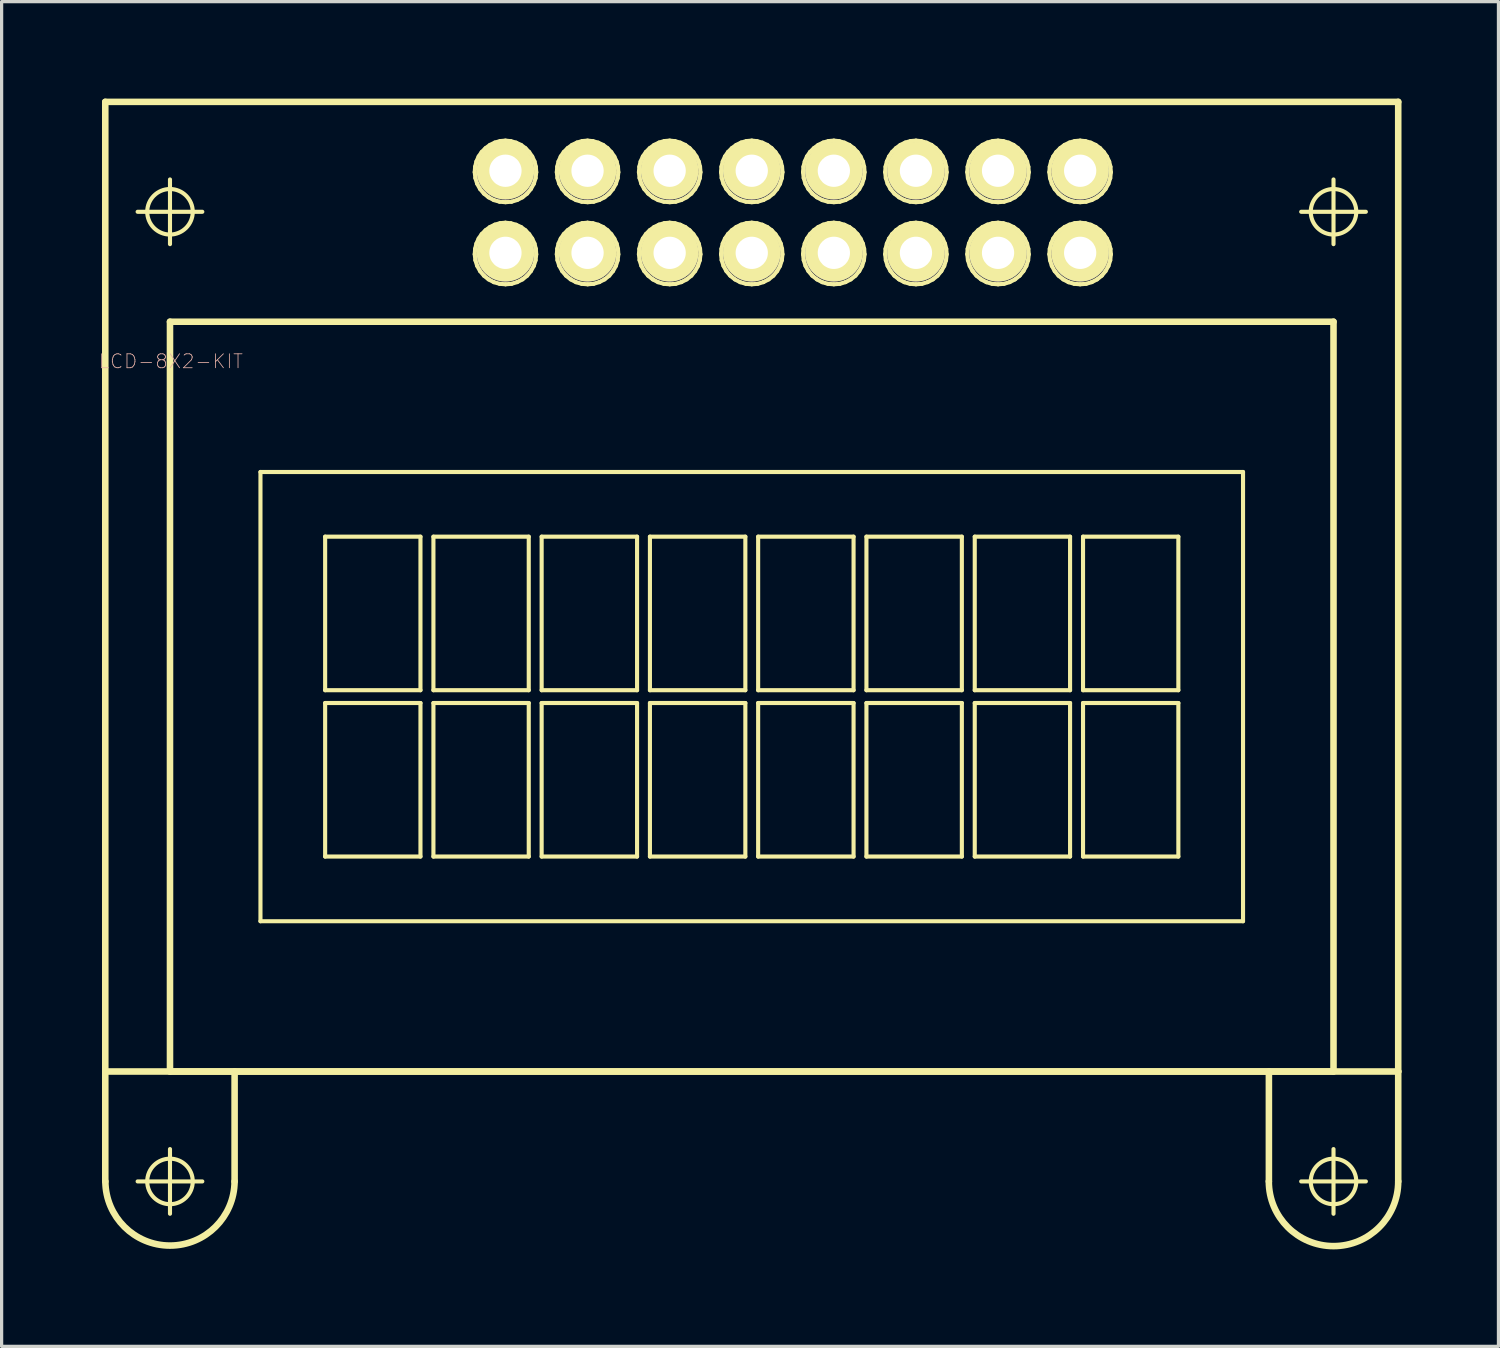
<source format=kicad_pcb>
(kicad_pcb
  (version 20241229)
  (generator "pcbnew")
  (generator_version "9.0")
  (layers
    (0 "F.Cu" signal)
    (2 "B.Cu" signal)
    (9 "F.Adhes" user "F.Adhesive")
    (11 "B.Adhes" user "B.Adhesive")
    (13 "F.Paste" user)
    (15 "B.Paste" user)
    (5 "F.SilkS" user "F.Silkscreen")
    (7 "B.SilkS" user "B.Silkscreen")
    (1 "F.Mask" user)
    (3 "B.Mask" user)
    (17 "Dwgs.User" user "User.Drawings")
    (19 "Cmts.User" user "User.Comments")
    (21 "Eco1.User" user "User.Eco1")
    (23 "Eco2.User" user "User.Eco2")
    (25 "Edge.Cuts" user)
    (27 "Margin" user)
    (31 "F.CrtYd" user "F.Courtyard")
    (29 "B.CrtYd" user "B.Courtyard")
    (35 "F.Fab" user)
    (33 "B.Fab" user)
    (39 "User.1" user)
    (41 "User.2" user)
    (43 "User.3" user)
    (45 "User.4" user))
  (footprint "LCD-8X2-KIT"
    (layer "F.Cu")
    (at 20.207 18.501)
    (property "Reference" "LCD-8X2-KIT" (at -17.971 -10.373 0) (layer "B.SilkS") (effects (font (size 0.432 0.432) (thickness 0.025))))
    (attr exclude_from_pos_files exclude_from_bom)
    (fp_line (start -20 -18.4) (end 20 -18.4) (stroke (width 0.203) (type solid)) (layer "F.SilkS"))
    (fp_line (start -20 11.598) (end -20 -18.4) (stroke (width 0.203) (type solid)) (layer "F.SilkS"))
    (fp_line (start -20 14.999) (end -20 11.598) (stroke (width 0.203) (type solid)) (layer "F.SilkS"))
    (fp_line (start -18.999 -14.999) (end -16.998 -14.999) (stroke (width 0.127) (type solid)) (layer "F.SilkS"))
    (fp_line (start -18.999 14.999) (end -16.998 14.999) (stroke (width 0.127) (type solid)) (layer "F.SilkS"))
    (fp_line (start -17.998 -13.998) (end -17.998 -15.999) (stroke (width 0.127) (type solid)) (layer "F.SilkS"))
    (fp_line (start -17.998 -11.598) (end -17.998 11.598) (stroke (width 0.203) (type solid)) (layer "F.SilkS"))
    (fp_line (start -17.998 -11.598) (end 17.998 -11.598) (stroke (width 0.203) (type solid)) (layer "F.SilkS"))
    (fp_line (start -17.998 11.598) (end 17.998 11.598) (stroke (width 0.203) (type solid)) (layer "F.SilkS"))
    (fp_line (start -17.998 15.999) (end -17.998 13.998) (stroke (width 0.127) (type solid)) (layer "F.SilkS"))
    (fp_line (start -15.999 14.999) (end -15.999 11.598) (stroke (width 0.203) (type solid)) (layer "F.SilkS"))
    (fp_line (start -15.199 -6.949) (end -15.199 6.949) (stroke (width 0.127) (type solid)) (layer "F.SilkS"))
    (fp_line (start -15.199 6.949) (end 15.199 6.949) (stroke (width 0.127) (type solid)) (layer "F.SilkS"))
    (fp_line (start -13.198 -4.948) (end -10.249 -4.948) (stroke (width 0.127) (type solid)) (layer "F.SilkS"))
    (fp_line (start -13.198 -0.198) (end -13.198 -4.948) (stroke (width 0.127) (type solid)) (layer "F.SilkS"))
    (fp_line (start -13.198 0.198) (end -13.198 4.948) (stroke (width 0.127) (type solid)) (layer "F.SilkS"))
    (fp_line (start -13.198 4.948) (end -10.249 4.948) (stroke (width 0.127) (type solid)) (layer "F.SilkS"))
    (fp_line (start -10.249 -4.948) (end -10.249 -0.198) (stroke (width 0.127) (type solid)) (layer "F.SilkS"))
    (fp_line (start -10.249 -0.198) (end -13.198 -0.198) (stroke (width 0.127) (type solid)) (layer "F.SilkS"))
    (fp_line (start -10.249 0.198) (end -13.198 0.198) (stroke (width 0.127) (type solid)) (layer "F.SilkS"))
    (fp_line (start -10.249 4.948) (end -10.249 0.198) (stroke (width 0.127) (type solid)) (layer "F.SilkS"))
    (fp_line (start -9.848 -4.948) (end -6.899 -4.948) (stroke (width 0.127) (type solid)) (layer "F.SilkS"))
    (fp_line (start -9.848 -0.198) (end -9.848 -4.948) (stroke (width 0.127) (type solid)) (layer "F.SilkS"))
    (fp_line (start -9.848 0.198) (end -9.848 4.948) (stroke (width 0.127) (type solid)) (layer "F.SilkS"))
    (fp_line (start -9.848 4.948) (end -6.899 4.948) (stroke (width 0.127) (type solid)) (layer "F.SilkS"))
    (fp_line (start -8.57 -16.226) (end -8.557 -16.393) (stroke (width 0.127) (type solid)) (layer "F.SilkS"))
    (fp_line (start -8.57 -13.686) (end -8.557 -13.853) (stroke (width 0.127) (type solid)) (layer "F.SilkS"))
    (fp_line (start -8.557 -16.393) (end -8.517 -16.556) (stroke (width 0.127) (type solid)) (layer "F.SilkS"))
    (fp_line (start -8.557 -13.853) (end -8.517 -14.016) (stroke (width 0.127) (type solid)) (layer "F.SilkS"))
    (fp_line (start -8.55 -16.043) (end -8.57 -16.226) (stroke (width 0.127) (type solid)) (layer "F.SilkS"))
    (fp_line (start -8.55 -13.503) (end -8.57 -13.686) (stroke (width 0.127) (type solid)) (layer "F.SilkS"))
    (fp_line (start -8.517 -16.556) (end -8.448 -16.711) (stroke (width 0.127) (type solid)) (layer "F.SilkS"))
    (fp_line (start -8.517 -14.016) (end -8.448 -14.171) (stroke (width 0.127) (type solid)) (layer "F.SilkS"))
    (fp_line (start -8.494 -15.867) (end -8.55 -16.043) (stroke (width 0.127) (type solid)) (layer "F.SilkS"))
    (fp_line (start -8.494 -13.327) (end -8.55 -13.503) (stroke (width 0.127) (type solid)) (layer "F.SilkS"))
    (fp_line (start -8.448 -16.711) (end -8.354 -16.848) (stroke (width 0.127) (type solid)) (layer "F.SilkS"))
    (fp_line (start -8.448 -14.171) (end -8.354 -14.308) (stroke (width 0.127) (type solid)) (layer "F.SilkS"))
    (fp_line (start -8.405 -15.705) (end -8.494 -15.867) (stroke (width 0.127) (type solid)) (layer "F.SilkS"))
    (fp_line (start -8.405 -13.165) (end -8.494 -13.327) (stroke (width 0.127) (type solid)) (layer "F.SilkS"))
    (fp_line (start -8.354 -16.848) (end -8.235 -16.967) (stroke (width 0.127) (type solid)) (layer "F.SilkS"))
    (fp_line (start -8.354 -14.308) (end -8.235 -14.427) (stroke (width 0.127) (type solid)) (layer "F.SilkS"))
    (fp_line (start -8.285 -15.563) (end -8.405 -15.705) (stroke (width 0.127) (type solid)) (layer "F.SilkS"))
    (fp_line (start -8.285 -13.023) (end -8.405 -13.165) (stroke (width 0.127) (type solid)) (layer "F.SilkS"))
    (fp_line (start -8.235 -16.967) (end -8.1 -17.066) (stroke (width 0.127) (type solid)) (layer "F.SilkS"))
    (fp_line (start -8.235 -14.427) (end -8.1 -14.526) (stroke (width 0.127) (type solid)) (layer "F.SilkS"))
    (fp_line (start -8.141 -15.448) (end -8.285 -15.563) (stroke (width 0.127) (type solid)) (layer "F.SilkS"))
    (fp_line (start -8.141 -12.908) (end -8.285 -13.023) (stroke (width 0.127) (type solid)) (layer "F.SilkS"))
    (fp_line (start -8.1 -17.066) (end -7.948 -17.14) (stroke (width 0.127) (type solid)) (layer "F.SilkS"))
    (fp_line (start -8.1 -14.526) (end -7.948 -14.6) (stroke (width 0.127) (type solid)) (layer "F.SilkS"))
    (fp_line (start -8.065 -16.228) (end -8.054 -16.33) (stroke (width 0.127) (type solid)) (layer "F.SilkS"))
    (fp_line (start -8.065 -13.688) (end -8.054 -13.79) (stroke (width 0.127) (type solid)) (layer "F.SilkS"))
    (fp_line (start -8.054 -16.33) (end -8.024 -16.426) (stroke (width 0.127) (type solid)) (layer "F.SilkS"))
    (fp_line (start -8.054 -13.79) (end -8.024 -13.886) (stroke (width 0.127) (type solid)) (layer "F.SilkS"))
    (fp_line (start -8.049 -16.132) (end -8.065 -16.228) (stroke (width 0.127) (type solid)) (layer "F.SilkS"))
    (fp_line (start -8.049 -13.592) (end -8.065 -13.688) (stroke (width 0.127) (type solid)) (layer "F.SilkS"))
    (fp_line (start -8.024 -16.426) (end -7.971 -16.515) (stroke (width 0.127) (type solid)) (layer "F.SilkS"))
    (fp_line (start -8.024 -13.886) (end -7.971 -13.975) (stroke (width 0.127) (type solid)) (layer "F.SilkS"))
    (fp_line (start -8.016 -16.04) (end -8.049 -16.132) (stroke (width 0.127) (type solid)) (layer "F.SilkS"))
    (fp_line (start -8.016 -13.5) (end -8.049 -13.592) (stroke (width 0.127) (type solid)) (layer "F.SilkS"))
    (fp_line (start -7.978 -15.362) (end -8.141 -15.448) (stroke (width 0.127) (type solid)) (layer "F.SilkS"))
    (fp_line (start -7.978 -12.822) (end -8.141 -12.908) (stroke (width 0.127) (type solid)) (layer "F.SilkS"))
    (fp_line (start -7.971 -16.515) (end -7.899 -16.589) (stroke (width 0.127) (type solid)) (layer "F.SilkS"))
    (fp_line (start -7.971 -13.975) (end -7.899 -14.049) (stroke (width 0.127) (type solid)) (layer "F.SilkS"))
    (fp_line (start -7.963 -15.959) (end -8.016 -16.04) (stroke (width 0.127) (type solid)) (layer "F.SilkS"))
    (fp_line (start -7.963 -13.419) (end -8.016 -13.5) (stroke (width 0.127) (type solid)) (layer "F.SilkS"))
    (fp_line (start -7.948 -17.14) (end -7.785 -17.186) (stroke (width 0.127) (type solid)) (layer "F.SilkS"))
    (fp_line (start -7.948 -14.6) (end -7.785 -14.646) (stroke (width 0.127) (type solid)) (layer "F.SilkS"))
    (fp_line (start -7.899 -16.589) (end -7.816 -16.645) (stroke (width 0.127) (type solid)) (layer "F.SilkS"))
    (fp_line (start -7.899 -14.049) (end -7.816 -14.105) (stroke (width 0.127) (type solid)) (layer "F.SilkS"))
    (fp_line (start -7.892 -15.893) (end -7.963 -15.959) (stroke (width 0.127) (type solid)) (layer "F.SilkS"))
    (fp_line (start -7.892 -13.353) (end -7.963 -13.419) (stroke (width 0.127) (type solid)) (layer "F.SilkS"))
    (fp_line (start -7.816 -16.645) (end -7.719 -16.683) (stroke (width 0.127) (type solid)) (layer "F.SilkS"))
    (fp_line (start -7.816 -14.105) (end -7.719 -14.143) (stroke (width 0.127) (type solid)) (layer "F.SilkS"))
    (fp_line (start -7.808 -15.842) (end -7.892 -15.893) (stroke (width 0.127) (type solid)) (layer "F.SilkS"))
    (fp_line (start -7.808 -13.302) (end -7.892 -13.353) (stroke (width 0.127) (type solid)) (layer "F.SilkS"))
    (fp_line (start -7.8 -15.311) (end -7.978 -15.362) (stroke (width 0.127) (type solid)) (layer "F.SilkS"))
    (fp_line (start -7.8 -12.771) (end -7.978 -12.822) (stroke (width 0.127) (type solid)) (layer "F.SilkS"))
    (fp_line (start -7.785 -17.186) (end -7.62 -17.201) (stroke (width 0.127) (type solid)) (layer "F.SilkS"))
    (fp_line (start -7.785 -14.646) (end -7.62 -14.661) (stroke (width 0.127) (type solid)) (layer "F.SilkS"))
    (fp_line (start -7.719 -16.683) (end -7.62 -16.695) (stroke (width 0.127) (type solid)) (layer "F.SilkS"))
    (fp_line (start -7.719 -14.143) (end -7.62 -14.155) (stroke (width 0.127) (type solid)) (layer "F.SilkS"))
    (fp_line (start -7.717 -15.814) (end -7.808 -15.842) (stroke (width 0.127) (type solid)) (layer "F.SilkS"))
    (fp_line (start -7.717 -13.274) (end -7.808 -13.302) (stroke (width 0.127) (type solid)) (layer "F.SilkS"))
    (fp_line (start -7.62 -17.201) (end -7.452 -17.183) (stroke (width 0.127) (type solid)) (layer "F.SilkS"))
    (fp_line (start -7.62 -16.695) (end -7.518 -16.683) (stroke (width 0.127) (type solid)) (layer "F.SilkS"))
    (fp_line (start -7.62 -15.804) (end -7.717 -15.814) (stroke (width 0.127) (type solid)) (layer "F.SilkS"))
    (fp_line (start -7.62 -14.661) (end -7.452 -14.643) (stroke (width 0.127) (type solid)) (layer "F.SilkS"))
    (fp_line (start -7.62 -14.155) (end -7.518 -14.143) (stroke (width 0.127) (type solid)) (layer "F.SilkS"))
    (fp_line (start -7.62 -13.264) (end -7.717 -13.274) (stroke (width 0.127) (type solid)) (layer "F.SilkS"))
    (fp_line (start -7.617 -15.296) (end -7.8 -15.311) (stroke (width 0.127) (type solid)) (layer "F.SilkS"))
    (fp_line (start -7.617 -12.756) (end -7.8 -12.771) (stroke (width 0.127) (type solid)) (layer "F.SilkS"))
    (fp_line (start -7.521 -15.814) (end -7.62 -15.804) (stroke (width 0.127) (type solid)) (layer "F.SilkS"))
    (fp_line (start -7.521 -13.274) (end -7.62 -13.264) (stroke (width 0.127) (type solid)) (layer "F.SilkS"))
    (fp_line (start -7.518 -16.683) (end -7.424 -16.647) (stroke (width 0.127) (type solid)) (layer "F.SilkS"))
    (fp_line (start -7.518 -14.143) (end -7.424 -14.107) (stroke (width 0.127) (type solid)) (layer "F.SilkS"))
    (fp_line (start -7.452 -17.183) (end -7.29 -17.137) (stroke (width 0.127) (type solid)) (layer "F.SilkS"))
    (fp_line (start -7.452 -14.643) (end -7.29 -14.597) (stroke (width 0.127) (type solid)) (layer "F.SilkS"))
    (fp_line (start -7.432 -15.311) (end -7.617 -15.296) (stroke (width 0.127) (type solid)) (layer "F.SilkS"))
    (fp_line (start -7.432 -12.771) (end -7.617 -12.756) (stroke (width 0.127) (type solid)) (layer "F.SilkS"))
    (fp_line (start -7.429 -15.847) (end -7.521 -15.814) (stroke (width 0.127) (type solid)) (layer "F.SilkS"))
    (fp_line (start -7.429 -13.307) (end -7.521 -13.274) (stroke (width 0.127) (type solid)) (layer "F.SilkS"))
    (fp_line (start -7.424 -16.647) (end -7.341 -16.594) (stroke (width 0.127) (type solid)) (layer "F.SilkS"))
    (fp_line (start -7.424 -14.107) (end -7.341 -14.054) (stroke (width 0.127) (type solid)) (layer "F.SilkS"))
    (fp_line (start -7.346 -15.898) (end -7.429 -15.847) (stroke (width 0.127) (type solid)) (layer "F.SilkS"))
    (fp_line (start -7.346 -13.358) (end -7.429 -13.307) (stroke (width 0.127) (type solid)) (layer "F.SilkS"))
    (fp_line (start -7.341 -16.594) (end -7.269 -16.52) (stroke (width 0.127) (type solid)) (layer "F.SilkS"))
    (fp_line (start -7.341 -14.054) (end -7.269 -13.98) (stroke (width 0.127) (type solid)) (layer "F.SilkS"))
    (fp_line (start -7.29 -17.137) (end -7.137 -17.066) (stroke (width 0.127) (type solid)) (layer "F.SilkS"))
    (fp_line (start -7.29 -14.597) (end -7.137 -14.526) (stroke (width 0.127) (type solid)) (layer "F.SilkS"))
    (fp_line (start -7.275 -15.966) (end -7.346 -15.898) (stroke (width 0.127) (type solid)) (layer "F.SilkS"))
    (fp_line (start -7.275 -13.426) (end -7.346 -13.358) (stroke (width 0.127) (type solid)) (layer "F.SilkS"))
    (fp_line (start -7.269 -16.52) (end -7.219 -16.434) (stroke (width 0.127) (type solid)) (layer "F.SilkS"))
    (fp_line (start -7.269 -13.98) (end -7.219 -13.894) (stroke (width 0.127) (type solid)) (layer "F.SilkS"))
    (fp_line (start -7.257 -15.364) (end -7.432 -15.311) (stroke (width 0.127) (type solid)) (layer "F.SilkS"))
    (fp_line (start -7.257 -12.824) (end -7.432 -12.771) (stroke (width 0.127) (type solid)) (layer "F.SilkS"))
    (fp_line (start -7.221 -16.048) (end -7.275 -15.966) (stroke (width 0.127) (type solid)) (layer "F.SilkS"))
    (fp_line (start -7.221 -13.508) (end -7.275 -13.426) (stroke (width 0.127) (type solid)) (layer "F.SilkS"))
    (fp_line (start -7.219 -16.434) (end -7.186 -16.34) (stroke (width 0.127) (type solid)) (layer "F.SilkS"))
    (fp_line (start -7.219 -13.894) (end -7.186 -13.8) (stroke (width 0.127) (type solid)) (layer "F.SilkS"))
    (fp_line (start -7.188 -16.142) (end -7.221 -16.048) (stroke (width 0.127) (type solid)) (layer "F.SilkS"))
    (fp_line (start -7.188 -13.602) (end -7.221 -13.508) (stroke (width 0.127) (type solid)) (layer "F.SilkS"))
    (fp_line (start -7.186 -16.34) (end -7.178 -16.238) (stroke (width 0.127) (type solid)) (layer "F.SilkS"))
    (fp_line (start -7.186 -13.8) (end -7.178 -13.698) (stroke (width 0.127) (type solid)) (layer "F.SilkS"))
    (fp_line (start -7.178 -16.238) (end -7.188 -16.142) (stroke (width 0.127) (type solid)) (layer "F.SilkS"))
    (fp_line (start -7.178 -13.698) (end -7.188 -13.602) (stroke (width 0.127) (type solid)) (layer "F.SilkS"))
    (fp_line (start -7.137 -17.066) (end -7.003 -16.967) (stroke (width 0.127) (type solid)) (layer "F.SilkS"))
    (fp_line (start -7.137 -14.526) (end -7.003 -14.427) (stroke (width 0.127) (type solid)) (layer "F.SilkS"))
    (fp_line (start -7.094 -15.448) (end -7.257 -15.364) (stroke (width 0.127) (type solid)) (layer "F.SilkS"))
    (fp_line (start -7.094 -12.908) (end -7.257 -12.824) (stroke (width 0.127) (type solid)) (layer "F.SilkS"))
    (fp_line (start -7.003 -16.967) (end -6.886 -16.845) (stroke (width 0.127) (type solid)) (layer "F.SilkS"))
    (fp_line (start -7.003 -14.427) (end -6.886 -14.305) (stroke (width 0.127) (type solid)) (layer "F.SilkS"))
    (fp_line (start -6.949 -15.563) (end -7.094 -15.448) (stroke (width 0.127) (type solid)) (layer "F.SilkS"))
    (fp_line (start -6.949 -13.023) (end -7.094 -12.908) (stroke (width 0.127) (type solid)) (layer "F.SilkS"))
    (fp_line (start -6.899 -4.948) (end -6.899 -0.198) (stroke (width 0.127) (type solid)) (layer "F.SilkS"))
    (fp_line (start -6.899 -0.198) (end -9.848 -0.198) (stroke (width 0.127) (type solid)) (layer "F.SilkS"))
    (fp_line (start -6.899 0.198) (end -9.848 0.198) (stroke (width 0.127) (type solid)) (layer "F.SilkS"))
    (fp_line (start -6.899 4.948) (end -6.899 0.198) (stroke (width 0.127) (type solid)) (layer "F.SilkS"))
    (fp_line (start -6.886 -16.845) (end -6.792 -16.708) (stroke (width 0.127) (type solid)) (layer "F.SilkS"))
    (fp_line (start -6.886 -14.305) (end -6.792 -14.168) (stroke (width 0.127) (type solid)) (layer "F.SilkS"))
    (fp_line (start -6.833 -15.705) (end -6.949 -15.563) (stroke (width 0.127) (type solid)) (layer "F.SilkS"))
    (fp_line (start -6.833 -13.165) (end -6.949 -13.023) (stroke (width 0.127) (type solid)) (layer "F.SilkS"))
    (fp_line (start -6.792 -16.708) (end -6.721 -16.553) (stroke (width 0.127) (type solid)) (layer "F.SilkS"))
    (fp_line (start -6.792 -14.168) (end -6.721 -14.013) (stroke (width 0.127) (type solid)) (layer "F.SilkS"))
    (fp_line (start -6.744 -15.865) (end -6.833 -15.705) (stroke (width 0.127) (type solid)) (layer "F.SilkS"))
    (fp_line (start -6.744 -13.325) (end -6.833 -13.165) (stroke (width 0.127) (type solid)) (layer "F.SilkS"))
    (fp_line (start -6.721 -16.553) (end -6.68 -16.391) (stroke (width 0.127) (type solid)) (layer "F.SilkS"))
    (fp_line (start -6.721 -14.013) (end -6.68 -13.851) (stroke (width 0.127) (type solid)) (layer "F.SilkS"))
    (fp_line (start -6.688 -16.04) (end -6.744 -15.865) (stroke (width 0.127) (type solid)) (layer "F.SilkS"))
    (fp_line (start -6.688 -13.5) (end -6.744 -13.325) (stroke (width 0.127) (type solid)) (layer "F.SilkS"))
    (fp_line (start -6.68 -16.391) (end -6.668 -16.223) (stroke (width 0.127) (type solid)) (layer "F.SilkS"))
    (fp_line (start -6.68 -13.851) (end -6.668 -13.683) (stroke (width 0.127) (type solid)) (layer "F.SilkS"))
    (fp_line (start -6.668 -16.223) (end -6.688 -16.04) (stroke (width 0.127) (type solid)) (layer "F.SilkS"))
    (fp_line (start -6.668 -13.683) (end -6.688 -13.5) (stroke (width 0.127) (type solid)) (layer "F.SilkS"))
    (fp_line (start -6.5 -4.948) (end -3.548 -4.948) (stroke (width 0.127) (type solid)) (layer "F.SilkS"))
    (fp_line (start -6.5 -0.198) (end -6.5 -4.948) (stroke (width 0.127) (type solid)) (layer "F.SilkS"))
    (fp_line (start -6.5 0.198) (end -6.5 4.948) (stroke (width 0.127) (type solid)) (layer "F.SilkS"))
    (fp_line (start -6.5 4.948) (end -3.548 4.948) (stroke (width 0.127) (type solid)) (layer "F.SilkS"))
    (fp_line (start -6.03 -16.226) (end -6.017 -16.393) (stroke (width 0.127) (type solid)) (layer "F.SilkS"))
    (fp_line (start -6.03 -13.686) (end -6.017 -13.853) (stroke (width 0.127) (type solid)) (layer "F.SilkS"))
    (fp_line (start -6.017 -16.393) (end -5.977 -16.556) (stroke (width 0.127) (type solid)) (layer "F.SilkS"))
    (fp_line (start -6.017 -13.853) (end -5.977 -14.016) (stroke (width 0.127) (type solid)) (layer "F.SilkS"))
    (fp_line (start -6.01 -16.043) (end -6.03 -16.226) (stroke (width 0.127) (type solid)) (layer "F.SilkS"))
    (fp_line (start -6.01 -13.503) (end -6.03 -13.686) (stroke (width 0.127) (type solid)) (layer "F.SilkS"))
    (fp_line (start -5.977 -16.556) (end -5.908 -16.711) (stroke (width 0.127) (type solid)) (layer "F.SilkS"))
    (fp_line (start -5.977 -14.016) (end -5.908 -14.171) (stroke (width 0.127) (type solid)) (layer "F.SilkS"))
    (fp_line (start -5.954 -15.867) (end -6.01 -16.043) (stroke (width 0.127) (type solid)) (layer "F.SilkS"))
    (fp_line (start -5.954 -13.327) (end -6.01 -13.503) (stroke (width 0.127) (type solid)) (layer "F.SilkS"))
    (fp_line (start -5.908 -16.711) (end -5.814 -16.848) (stroke (width 0.127) (type solid)) (layer "F.SilkS"))
    (fp_line (start -5.908 -14.171) (end -5.814 -14.308) (stroke (width 0.127) (type solid)) (layer "F.SilkS"))
    (fp_line (start -5.865 -15.705) (end -5.954 -15.867) (stroke (width 0.127) (type solid)) (layer "F.SilkS"))
    (fp_line (start -5.865 -13.165) (end -5.954 -13.327) (stroke (width 0.127) (type solid)) (layer "F.SilkS"))
    (fp_line (start -5.814 -16.848) (end -5.695 -16.967) (stroke (width 0.127) (type solid)) (layer "F.SilkS"))
    (fp_line (start -5.814 -14.308) (end -5.695 -14.427) (stroke (width 0.127) (type solid)) (layer "F.SilkS"))
    (fp_line (start -5.745 -15.563) (end -5.865 -15.705) (stroke (width 0.127) (type solid)) (layer "F.SilkS"))
    (fp_line (start -5.745 -13.023) (end -5.865 -13.165) (stroke (width 0.127) (type solid)) (layer "F.SilkS"))
    (fp_line (start -5.695 -16.967) (end -5.56 -17.066) (stroke (width 0.127) (type solid)) (layer "F.SilkS"))
    (fp_line (start -5.695 -14.427) (end -5.56 -14.526) (stroke (width 0.127) (type solid)) (layer "F.SilkS"))
    (fp_line (start -5.601 -15.448) (end -5.745 -15.563) (stroke (width 0.127) (type solid)) (layer "F.SilkS"))
    (fp_line (start -5.601 -12.908) (end -5.745 -13.023) (stroke (width 0.127) (type solid)) (layer "F.SilkS"))
    (fp_line (start -5.56 -17.066) (end -5.408 -17.14) (stroke (width 0.127) (type solid)) (layer "F.SilkS"))
    (fp_line (start -5.56 -14.526) (end -5.408 -14.6) (stroke (width 0.127) (type solid)) (layer "F.SilkS"))
    (fp_line (start -5.524 -16.228) (end -5.514 -16.33) (stroke (width 0.127) (type solid)) (layer "F.SilkS"))
    (fp_line (start -5.524 -13.688) (end -5.514 -13.79) (stroke (width 0.127) (type solid)) (layer "F.SilkS"))
    (fp_line (start -5.514 -16.33) (end -5.484 -16.426) (stroke (width 0.127) (type solid)) (layer "F.SilkS"))
    (fp_line (start -5.514 -13.79) (end -5.484 -13.886) (stroke (width 0.127) (type solid)) (layer "F.SilkS"))
    (fp_line (start -5.509 -16.132) (end -5.524 -16.228) (stroke (width 0.127) (type solid)) (layer "F.SilkS"))
    (fp_line (start -5.509 -13.592) (end -5.524 -13.688) (stroke (width 0.127) (type solid)) (layer "F.SilkS"))
    (fp_line (start -5.484 -16.426) (end -5.431 -16.515) (stroke (width 0.127) (type solid)) (layer "F.SilkS"))
    (fp_line (start -5.484 -13.886) (end -5.431 -13.975) (stroke (width 0.127) (type solid)) (layer "F.SilkS"))
    (fp_line (start -5.476 -16.04) (end -5.509 -16.132) (stroke (width 0.127) (type solid)) (layer "F.SilkS"))
    (fp_line (start -5.476 -13.5) (end -5.509 -13.592) (stroke (width 0.127) (type solid)) (layer "F.SilkS"))
    (fp_line (start -5.438 -15.362) (end -5.601 -15.448) (stroke (width 0.127) (type solid)) (layer "F.SilkS"))
    (fp_line (start -5.438 -12.822) (end -5.601 -12.908) (stroke (width 0.127) (type solid)) (layer "F.SilkS"))
    (fp_line (start -5.431 -16.515) (end -5.359 -16.589) (stroke (width 0.127) (type solid)) (layer "F.SilkS"))
    (fp_line (start -5.431 -13.975) (end -5.359 -14.049) (stroke (width 0.127) (type solid)) (layer "F.SilkS"))
    (fp_line (start -5.423 -15.959) (end -5.476 -16.04) (stroke (width 0.127) (type solid)) (layer "F.SilkS"))
    (fp_line (start -5.423 -13.419) (end -5.476 -13.5) (stroke (width 0.127) (type solid)) (layer "F.SilkS"))
    (fp_line (start -5.408 -17.14) (end -5.245 -17.186) (stroke (width 0.127) (type solid)) (layer "F.SilkS"))
    (fp_line (start -5.408 -14.6) (end -5.245 -14.646) (stroke (width 0.127) (type solid)) (layer "F.SilkS"))
    (fp_line (start -5.359 -16.589) (end -5.276 -16.645) (stroke (width 0.127) (type solid)) (layer "F.SilkS"))
    (fp_line (start -5.359 -14.049) (end -5.276 -14.105) (stroke (width 0.127) (type solid)) (layer "F.SilkS"))
    (fp_line (start -5.352 -15.893) (end -5.423 -15.959) (stroke (width 0.127) (type solid)) (layer "F.SilkS"))
    (fp_line (start -5.352 -13.353) (end -5.423 -13.419) (stroke (width 0.127) (type solid)) (layer "F.SilkS"))
    (fp_line (start -5.276 -16.645) (end -5.179 -16.683) (stroke (width 0.127) (type solid)) (layer "F.SilkS"))
    (fp_line (start -5.276 -14.105) (end -5.179 -14.143) (stroke (width 0.127) (type solid)) (layer "F.SilkS"))
    (fp_line (start -5.268 -15.842) (end -5.352 -15.893) (stroke (width 0.127) (type solid)) (layer "F.SilkS"))
    (fp_line (start -5.268 -13.302) (end -5.352 -13.353) (stroke (width 0.127) (type solid)) (layer "F.SilkS"))
    (fp_line (start -5.26 -15.311) (end -5.438 -15.362) (stroke (width 0.127) (type solid)) (layer "F.SilkS"))
    (fp_line (start -5.26 -12.771) (end -5.438 -12.822) (stroke (width 0.127) (type solid)) (layer "F.SilkS"))
    (fp_line (start -5.245 -17.186) (end -5.08 -17.201) (stroke (width 0.127) (type solid)) (layer "F.SilkS"))
    (fp_line (start -5.245 -14.646) (end -5.08 -14.661) (stroke (width 0.127) (type solid)) (layer "F.SilkS"))
    (fp_line (start -5.179 -16.683) (end -5.08 -16.695) (stroke (width 0.127) (type solid)) (layer "F.SilkS"))
    (fp_line (start -5.179 -14.143) (end -5.08 -14.155) (stroke (width 0.127) (type solid)) (layer "F.SilkS"))
    (fp_line (start -5.177 -15.814) (end -5.268 -15.842) (stroke (width 0.127) (type solid)) (layer "F.SilkS"))
    (fp_line (start -5.177 -13.274) (end -5.268 -13.302) (stroke (width 0.127) (type solid)) (layer "F.SilkS"))
    (fp_line (start -5.08 -17.201) (end -4.912 -17.183) (stroke (width 0.127) (type solid)) (layer "F.SilkS"))
    (fp_line (start -5.08 -16.695) (end -4.978 -16.683) (stroke (width 0.127) (type solid)) (layer "F.SilkS"))
    (fp_line (start -5.08 -15.804) (end -5.177 -15.814) (stroke (width 0.127) (type solid)) (layer "F.SilkS"))
    (fp_line (start -5.08 -14.661) (end -4.912 -14.643) (stroke (width 0.127) (type solid)) (layer "F.SilkS"))
    (fp_line (start -5.08 -14.155) (end -4.978 -14.143) (stroke (width 0.127) (type solid)) (layer "F.SilkS"))
    (fp_line (start -5.08 -13.264) (end -5.177 -13.274) (stroke (width 0.127) (type solid)) (layer "F.SilkS"))
    (fp_line (start -5.077 -15.296) (end -5.26 -15.311) (stroke (width 0.127) (type solid)) (layer "F.SilkS"))
    (fp_line (start -5.077 -12.756) (end -5.26 -12.771) (stroke (width 0.127) (type solid)) (layer "F.SilkS"))
    (fp_line (start -4.981 -15.814) (end -5.08 -15.804) (stroke (width 0.127) (type solid)) (layer "F.SilkS"))
    (fp_line (start -4.981 -13.274) (end -5.08 -13.264) (stroke (width 0.127) (type solid)) (layer "F.SilkS"))
    (fp_line (start -4.978 -16.683) (end -4.884 -16.647) (stroke (width 0.127) (type solid)) (layer "F.SilkS"))
    (fp_line (start -4.978 -14.143) (end -4.884 -14.107) (stroke (width 0.127) (type solid)) (layer "F.SilkS"))
    (fp_line (start -4.912 -17.183) (end -4.75 -17.137) (stroke (width 0.127) (type solid)) (layer "F.SilkS"))
    (fp_line (start -4.912 -14.643) (end -4.75 -14.597) (stroke (width 0.127) (type solid)) (layer "F.SilkS"))
    (fp_line (start -4.892 -15.311) (end -5.077 -15.296) (stroke (width 0.127) (type solid)) (layer "F.SilkS"))
    (fp_line (start -4.892 -12.771) (end -5.077 -12.756) (stroke (width 0.127) (type solid)) (layer "F.SilkS"))
    (fp_line (start -4.889 -15.847) (end -4.981 -15.814) (stroke (width 0.127) (type solid)) (layer "F.SilkS"))
    (fp_line (start -4.889 -13.307) (end -4.981 -13.274) (stroke (width 0.127) (type solid)) (layer "F.SilkS"))
    (fp_line (start -4.884 -16.647) (end -4.801 -16.594) (stroke (width 0.127) (type solid)) (layer "F.SilkS"))
    (fp_line (start -4.884 -14.107) (end -4.801 -14.054) (stroke (width 0.127) (type solid)) (layer "F.SilkS"))
    (fp_line (start -4.806 -15.898) (end -4.889 -15.847) (stroke (width 0.127) (type solid)) (layer "F.SilkS"))
    (fp_line (start -4.806 -13.358) (end -4.889 -13.307) (stroke (width 0.127) (type solid)) (layer "F.SilkS"))
    (fp_line (start -4.801 -16.594) (end -4.729 -16.52) (stroke (width 0.127) (type solid)) (layer "F.SilkS"))
    (fp_line (start -4.801 -14.054) (end -4.729 -13.98) (stroke (width 0.127) (type solid)) (layer "F.SilkS"))
    (fp_line (start -4.75 -17.137) (end -4.597 -17.066) (stroke (width 0.127) (type solid)) (layer "F.SilkS"))
    (fp_line (start -4.75 -14.597) (end -4.597 -14.526) (stroke (width 0.127) (type solid)) (layer "F.SilkS"))
    (fp_line (start -4.735 -15.966) (end -4.806 -15.898) (stroke (width 0.127) (type solid)) (layer "F.SilkS"))
    (fp_line (start -4.735 -13.426) (end -4.806 -13.358) (stroke (width 0.127) (type solid)) (layer "F.SilkS"))
    (fp_line (start -4.729 -16.52) (end -4.679 -16.434) (stroke (width 0.127) (type solid)) (layer "F.SilkS"))
    (fp_line (start -4.729 -13.98) (end -4.679 -13.894) (stroke (width 0.127) (type solid)) (layer "F.SilkS"))
    (fp_line (start -4.717 -15.364) (end -4.892 -15.311) (stroke (width 0.127) (type solid)) (layer "F.SilkS"))
    (fp_line (start -4.717 -12.824) (end -4.892 -12.771) (stroke (width 0.127) (type solid)) (layer "F.SilkS"))
    (fp_line (start -4.681 -16.048) (end -4.735 -15.966) (stroke (width 0.127) (type solid)) (layer "F.SilkS"))
    (fp_line (start -4.681 -13.508) (end -4.735 -13.426) (stroke (width 0.127) (type solid)) (layer "F.SilkS"))
    (fp_line (start -4.679 -16.434) (end -4.646 -16.34) (stroke (width 0.127) (type solid)) (layer "F.SilkS"))
    (fp_line (start -4.679 -13.894) (end -4.646 -13.8) (stroke (width 0.127) (type solid)) (layer "F.SilkS"))
    (fp_line (start -4.648 -16.142) (end -4.681 -16.048) (stroke (width 0.127) (type solid)) (layer "F.SilkS"))
    (fp_line (start -4.648 -13.602) (end -4.681 -13.508) (stroke (width 0.127) (type solid)) (layer "F.SilkS"))
    (fp_line (start -4.646 -16.34) (end -4.638 -16.238) (stroke (width 0.127) (type solid)) (layer "F.SilkS"))
    (fp_line (start -4.646 -13.8) (end -4.638 -13.698) (stroke (width 0.127) (type solid)) (layer "F.SilkS"))
    (fp_line (start -4.638 -16.238) (end -4.648 -16.142) (stroke (width 0.127) (type solid)) (layer "F.SilkS"))
    (fp_line (start -4.638 -13.698) (end -4.648 -13.602) (stroke (width 0.127) (type solid)) (layer "F.SilkS"))
    (fp_line (start -4.597 -17.066) (end -4.463 -16.967) (stroke (width 0.127) (type solid)) (layer "F.SilkS"))
    (fp_line (start -4.597 -14.526) (end -4.463 -14.427) (stroke (width 0.127) (type solid)) (layer "F.SilkS"))
    (fp_line (start -4.554 -15.448) (end -4.717 -15.364) (stroke (width 0.127) (type solid)) (layer "F.SilkS"))
    (fp_line (start -4.554 -12.908) (end -4.717 -12.824) (stroke (width 0.127) (type solid)) (layer "F.SilkS"))
    (fp_line (start -4.463 -16.967) (end -4.346 -16.845) (stroke (width 0.127) (type solid)) (layer "F.SilkS"))
    (fp_line (start -4.463 -14.427) (end -4.346 -14.305) (stroke (width 0.127) (type solid)) (layer "F.SilkS"))
    (fp_line (start -4.409 -15.563) (end -4.554 -15.448) (stroke (width 0.127) (type solid)) (layer "F.SilkS"))
    (fp_line (start -4.409 -13.023) (end -4.554 -12.908) (stroke (width 0.127) (type solid)) (layer "F.SilkS"))
    (fp_line (start -4.346 -16.845) (end -4.252 -16.708) (stroke (width 0.127) (type solid)) (layer "F.SilkS"))
    (fp_line (start -4.346 -14.305) (end -4.252 -14.168) (stroke (width 0.127) (type solid)) (layer "F.SilkS"))
    (fp_line (start -4.293 -15.705) (end -4.409 -15.563) (stroke (width 0.127) (type solid)) (layer "F.SilkS"))
    (fp_line (start -4.293 -13.165) (end -4.409 -13.023) (stroke (width 0.127) (type solid)) (layer "F.SilkS"))
    (fp_line (start -4.252 -16.708) (end -4.181 -16.553) (stroke (width 0.127) (type solid)) (layer "F.SilkS"))
    (fp_line (start -4.252 -14.168) (end -4.181 -14.013) (stroke (width 0.127) (type solid)) (layer "F.SilkS"))
    (fp_line (start -4.204 -15.865) (end -4.293 -15.705) (stroke (width 0.127) (type solid)) (layer "F.SilkS"))
    (fp_line (start -4.204 -13.325) (end -4.293 -13.165) (stroke (width 0.127) (type solid)) (layer "F.SilkS"))
    (fp_line (start -4.181 -16.553) (end -4.14 -16.391) (stroke (width 0.127) (type solid)) (layer "F.SilkS"))
    (fp_line (start -4.181 -14.013) (end -4.14 -13.851) (stroke (width 0.127) (type solid)) (layer "F.SilkS"))
    (fp_line (start -4.148 -16.04) (end -4.204 -15.865) (stroke (width 0.127) (type solid)) (layer "F.SilkS"))
    (fp_line (start -4.148 -13.5) (end -4.204 -13.325) (stroke (width 0.127) (type solid)) (layer "F.SilkS"))
    (fp_line (start -4.14 -16.391) (end -4.128 -16.223) (stroke (width 0.127) (type solid)) (layer "F.SilkS"))
    (fp_line (start -4.14 -13.851) (end -4.128 -13.683) (stroke (width 0.127) (type solid)) (layer "F.SilkS"))
    (fp_line (start -4.128 -16.223) (end -4.148 -16.04) (stroke (width 0.127) (type solid)) (layer "F.SilkS"))
    (fp_line (start -4.128 -13.683) (end -4.148 -13.5) (stroke (width 0.127) (type solid)) (layer "F.SilkS"))
    (fp_line (start -3.548 -4.948) (end -3.548 -0.198) (stroke (width 0.127) (type solid)) (layer "F.SilkS"))
    (fp_line (start -3.548 -0.198) (end -6.5 -0.198) (stroke (width 0.127) (type solid)) (layer "F.SilkS"))
    (fp_line (start -3.548 0.198) (end -6.5 0.198) (stroke (width 0.127) (type solid)) (layer "F.SilkS"))
    (fp_line (start -3.548 4.948) (end -3.548 0.198) (stroke (width 0.127) (type solid)) (layer "F.SilkS"))
    (fp_line (start -3.49 -16.226) (end -3.477 -16.393) (stroke (width 0.127) (type solid)) (layer "F.SilkS"))
    (fp_line (start -3.49 -13.686) (end -3.477 -13.853) (stroke (width 0.127) (type solid)) (layer "F.SilkS"))
    (fp_line (start -3.477 -16.393) (end -3.437 -16.556) (stroke (width 0.127) (type solid)) (layer "F.SilkS"))
    (fp_line (start -3.477 -13.853) (end -3.437 -14.016) (stroke (width 0.127) (type solid)) (layer "F.SilkS"))
    (fp_line (start -3.47 -16.043) (end -3.49 -16.226) (stroke (width 0.127) (type solid)) (layer "F.SilkS"))
    (fp_line (start -3.47 -13.503) (end -3.49 -13.686) (stroke (width 0.127) (type solid)) (layer "F.SilkS"))
    (fp_line (start -3.437 -16.556) (end -3.368 -16.711) (stroke (width 0.127) (type solid)) (layer "F.SilkS"))
    (fp_line (start -3.437 -14.016) (end -3.368 -14.171) (stroke (width 0.127) (type solid)) (layer "F.SilkS"))
    (fp_line (start -3.414 -15.867) (end -3.47 -16.043) (stroke (width 0.127) (type solid)) (layer "F.SilkS"))
    (fp_line (start -3.414 -13.327) (end -3.47 -13.503) (stroke (width 0.127) (type solid)) (layer "F.SilkS"))
    (fp_line (start -3.368 -16.711) (end -3.274 -16.848) (stroke (width 0.127) (type solid)) (layer "F.SilkS"))
    (fp_line (start -3.368 -14.171) (end -3.274 -14.308) (stroke (width 0.127) (type solid)) (layer "F.SilkS"))
    (fp_line (start -3.325 -15.705) (end -3.414 -15.867) (stroke (width 0.127) (type solid)) (layer "F.SilkS"))
    (fp_line (start -3.325 -13.165) (end -3.414 -13.327) (stroke (width 0.127) (type solid)) (layer "F.SilkS"))
    (fp_line (start -3.274 -16.848) (end -3.155 -16.967) (stroke (width 0.127) (type solid)) (layer "F.SilkS"))
    (fp_line (start -3.274 -14.308) (end -3.155 -14.427) (stroke (width 0.127) (type solid)) (layer "F.SilkS"))
    (fp_line (start -3.205 -15.563) (end -3.325 -15.705) (stroke (width 0.127) (type solid)) (layer "F.SilkS"))
    (fp_line (start -3.205 -13.023) (end -3.325 -13.165) (stroke (width 0.127) (type solid)) (layer "F.SilkS"))
    (fp_line (start -3.155 -16.967) (end -3.02 -17.066) (stroke (width 0.127) (type solid)) (layer "F.SilkS"))
    (fp_line (start -3.155 -14.427) (end -3.02 -14.526) (stroke (width 0.127) (type solid)) (layer "F.SilkS"))
    (fp_line (start -3.15 -4.948) (end -0.198 -4.948) (stroke (width 0.127) (type solid)) (layer "F.SilkS"))
    (fp_line (start -3.15 -0.198) (end -3.15 -4.948) (stroke (width 0.127) (type solid)) (layer "F.SilkS"))
    (fp_line (start -3.15 0.198) (end -3.15 4.948) (stroke (width 0.127) (type solid)) (layer "F.SilkS"))
    (fp_line (start -3.15 4.948) (end -0.198 4.948) (stroke (width 0.127) (type solid)) (layer "F.SilkS"))
    (fp_line (start -3.061 -15.448) (end -3.205 -15.563) (stroke (width 0.127) (type solid)) (layer "F.SilkS"))
    (fp_line (start -3.061 -12.908) (end -3.205 -13.023) (stroke (width 0.127) (type solid)) (layer "F.SilkS"))
    (fp_line (start -3.02 -17.066) (end -2.868 -17.14) (stroke (width 0.127) (type solid)) (layer "F.SilkS"))
    (fp_line (start -3.02 -14.526) (end -2.868 -14.6) (stroke (width 0.127) (type solid)) (layer "F.SilkS"))
    (fp_line (start -2.985 -16.228) (end -2.974 -16.33) (stroke (width 0.127) (type solid)) (layer "F.SilkS"))
    (fp_line (start -2.985 -13.688) (end -2.974 -13.79) (stroke (width 0.127) (type solid)) (layer "F.SilkS"))
    (fp_line (start -2.974 -16.33) (end -2.944 -16.426) (stroke (width 0.127) (type solid)) (layer "F.SilkS"))
    (fp_line (start -2.974 -13.79) (end -2.944 -13.886) (stroke (width 0.127) (type solid)) (layer "F.SilkS"))
    (fp_line (start -2.969 -16.132) (end -2.985 -16.228) (stroke (width 0.127) (type solid)) (layer "F.SilkS"))
    (fp_line (start -2.969 -13.592) (end -2.985 -13.688) (stroke (width 0.127) (type solid)) (layer "F.SilkS"))
    (fp_line (start -2.944 -16.426) (end -2.891 -16.515) (stroke (width 0.127) (type solid)) (layer "F.SilkS"))
    (fp_line (start -2.944 -13.886) (end -2.891 -13.975) (stroke (width 0.127) (type solid)) (layer "F.SilkS"))
    (fp_line (start -2.936 -16.04) (end -2.969 -16.132) (stroke (width 0.127) (type solid)) (layer "F.SilkS"))
    (fp_line (start -2.936 -13.5) (end -2.969 -13.592) (stroke (width 0.127) (type solid)) (layer "F.SilkS"))
    (fp_line (start -2.898 -15.362) (end -3.061 -15.448) (stroke (width 0.127) (type solid)) (layer "F.SilkS"))
    (fp_line (start -2.898 -12.822) (end -3.061 -12.908) (stroke (width 0.127) (type solid)) (layer "F.SilkS"))
    (fp_line (start -2.891 -16.515) (end -2.819 -16.589) (stroke (width 0.127) (type solid)) (layer "F.SilkS"))
    (fp_line (start -2.891 -13.975) (end -2.819 -14.049) (stroke (width 0.127) (type solid)) (layer "F.SilkS"))
    (fp_line (start -2.883 -15.959) (end -2.936 -16.04) (stroke (width 0.127) (type solid)) (layer "F.SilkS"))
    (fp_line (start -2.883 -13.419) (end -2.936 -13.5) (stroke (width 0.127) (type solid)) (layer "F.SilkS"))
    (fp_line (start -2.868 -17.14) (end -2.705 -17.186) (stroke (width 0.127) (type solid)) (layer "F.SilkS"))
    (fp_line (start -2.868 -14.6) (end -2.705 -14.646) (stroke (width 0.127) (type solid)) (layer "F.SilkS"))
    (fp_line (start -2.819 -16.589) (end -2.736 -16.645) (stroke (width 0.127) (type solid)) (layer "F.SilkS"))
    (fp_line (start -2.819 -14.049) (end -2.736 -14.105) (stroke (width 0.127) (type solid)) (layer "F.SilkS"))
    (fp_line (start -2.812 -15.893) (end -2.883 -15.959) (stroke (width 0.127) (type solid)) (layer "F.SilkS"))
    (fp_line (start -2.812 -13.353) (end -2.883 -13.419) (stroke (width 0.127) (type solid)) (layer "F.SilkS"))
    (fp_line (start -2.736 -16.645) (end -2.639 -16.683) (stroke (width 0.127) (type solid)) (layer "F.SilkS"))
    (fp_line (start -2.736 -14.105) (end -2.639 -14.143) (stroke (width 0.127) (type solid)) (layer "F.SilkS"))
    (fp_line (start -2.728 -15.842) (end -2.812 -15.893) (stroke (width 0.127) (type solid)) (layer "F.SilkS"))
    (fp_line (start -2.728 -13.302) (end -2.812 -13.353) (stroke (width 0.127) (type solid)) (layer "F.SilkS"))
    (fp_line (start -2.72 -15.311) (end -2.898 -15.362) (stroke (width 0.127) (type solid)) (layer "F.SilkS"))
    (fp_line (start -2.72 -12.771) (end -2.898 -12.822) (stroke (width 0.127) (type solid)) (layer "F.SilkS"))
    (fp_line (start -2.705 -17.186) (end -2.54 -17.201) (stroke (width 0.127) (type solid)) (layer "F.SilkS"))
    (fp_line (start -2.705 -14.646) (end -2.54 -14.661) (stroke (width 0.127) (type solid)) (layer "F.SilkS"))
    (fp_line (start -2.639 -16.683) (end -2.54 -16.695) (stroke (width 0.127) (type solid)) (layer "F.SilkS"))
    (fp_line (start -2.639 -14.143) (end -2.54 -14.155) (stroke (width 0.127) (type solid)) (layer "F.SilkS"))
    (fp_line (start -2.637 -15.814) (end -2.728 -15.842) (stroke (width 0.127) (type solid)) (layer "F.SilkS"))
    (fp_line (start -2.637 -13.274) (end -2.728 -13.302) (stroke (width 0.127) (type solid)) (layer "F.SilkS"))
    (fp_line (start -2.54 -17.201) (end -2.372 -17.183) (stroke (width 0.127) (type solid)) (layer "F.SilkS"))
    (fp_line (start -2.54 -16.695) (end -2.438 -16.683) (stroke (width 0.127) (type solid)) (layer "F.SilkS"))
    (fp_line (start -2.54 -15.804) (end -2.637 -15.814) (stroke (width 0.127) (type solid)) (layer "F.SilkS"))
    (fp_line (start -2.54 -14.661) (end -2.372 -14.643) (stroke (width 0.127) (type solid)) (layer "F.SilkS"))
    (fp_line (start -2.54 -14.155) (end -2.438 -14.143) (stroke (width 0.127) (type solid)) (layer "F.SilkS"))
    (fp_line (start -2.54 -13.264) (end -2.637 -13.274) (stroke (width 0.127) (type solid)) (layer "F.SilkS"))
    (fp_line (start -2.537 -15.296) (end -2.72 -15.311) (stroke (width 0.127) (type solid)) (layer "F.SilkS"))
    (fp_line (start -2.537 -12.756) (end -2.72 -12.771) (stroke (width 0.127) (type solid)) (layer "F.SilkS"))
    (fp_line (start -2.441 -15.814) (end -2.54 -15.804) (stroke (width 0.127) (type solid)) (layer "F.SilkS"))
    (fp_line (start -2.441 -13.274) (end -2.54 -13.264) (stroke (width 0.127) (type solid)) (layer "F.SilkS"))
    (fp_line (start -2.438 -16.683) (end -2.344 -16.647) (stroke (width 0.127) (type solid)) (layer "F.SilkS"))
    (fp_line (start -2.438 -14.143) (end -2.344 -14.107) (stroke (width 0.127) (type solid)) (layer "F.SilkS"))
    (fp_line (start -2.372 -17.183) (end -2.21 -17.137) (stroke (width 0.127) (type solid)) (layer "F.SilkS"))
    (fp_line (start -2.372 -14.643) (end -2.21 -14.597) (stroke (width 0.127) (type solid)) (layer "F.SilkS"))
    (fp_line (start -2.352 -15.311) (end -2.537 -15.296) (stroke (width 0.127) (type solid)) (layer "F.SilkS"))
    (fp_line (start -2.352 -12.771) (end -2.537 -12.756) (stroke (width 0.127) (type solid)) (layer "F.SilkS"))
    (fp_line (start -2.349 -15.847) (end -2.441 -15.814) (stroke (width 0.127) (type solid)) (layer "F.SilkS"))
    (fp_line (start -2.349 -13.307) (end -2.441 -13.274) (stroke (width 0.127) (type solid)) (layer "F.SilkS"))
    (fp_line (start -2.344 -16.647) (end -2.261 -16.594) (stroke (width 0.127) (type solid)) (layer "F.SilkS"))
    (fp_line (start -2.344 -14.107) (end -2.261 -14.054) (stroke (width 0.127) (type solid)) (layer "F.SilkS"))
    (fp_line (start -2.266 -15.898) (end -2.349 -15.847) (stroke (width 0.127) (type solid)) (layer "F.SilkS"))
    (fp_line (start -2.266 -13.358) (end -2.349 -13.307) (stroke (width 0.127) (type solid)) (layer "F.SilkS"))
    (fp_line (start -2.261 -16.594) (end -2.189 -16.52) (stroke (width 0.127) (type solid)) (layer "F.SilkS"))
    (fp_line (start -2.261 -14.054) (end -2.189 -13.98) (stroke (width 0.127) (type solid)) (layer "F.SilkS"))
    (fp_line (start -2.21 -17.137) (end -2.057 -17.066) (stroke (width 0.127) (type solid)) (layer "F.SilkS"))
    (fp_line (start -2.21 -14.597) (end -2.057 -14.526) (stroke (width 0.127) (type solid)) (layer "F.SilkS"))
    (fp_line (start -2.195 -15.966) (end -2.266 -15.898) (stroke (width 0.127) (type solid)) (layer "F.SilkS"))
    (fp_line (start -2.195 -13.426) (end -2.266 -13.358) (stroke (width 0.127) (type solid)) (layer "F.SilkS"))
    (fp_line (start -2.189 -16.52) (end -2.139 -16.434) (stroke (width 0.127) (type solid)) (layer "F.SilkS"))
    (fp_line (start -2.189 -13.98) (end -2.139 -13.894) (stroke (width 0.127) (type solid)) (layer "F.SilkS"))
    (fp_line (start -2.177 -15.364) (end -2.352 -15.311) (stroke (width 0.127) (type solid)) (layer "F.SilkS"))
    (fp_line (start -2.177 -12.824) (end -2.352 -12.771) (stroke (width 0.127) (type solid)) (layer "F.SilkS"))
    (fp_line (start -2.141 -16.048) (end -2.195 -15.966) (stroke (width 0.127) (type solid)) (layer "F.SilkS"))
    (fp_line (start -2.141 -13.508) (end -2.195 -13.426) (stroke (width 0.127) (type solid)) (layer "F.SilkS"))
    (fp_line (start -2.139 -16.434) (end -2.106 -16.34) (stroke (width 0.127) (type solid)) (layer "F.SilkS"))
    (fp_line (start -2.139 -13.894) (end -2.106 -13.8) (stroke (width 0.127) (type solid)) (layer "F.SilkS"))
    (fp_line (start -2.108 -16.142) (end -2.141 -16.048) (stroke (width 0.127) (type solid)) (layer "F.SilkS"))
    (fp_line (start -2.108 -13.602) (end -2.141 -13.508) (stroke (width 0.127) (type solid)) (layer "F.SilkS"))
    (fp_line (start -2.106 -16.34) (end -2.098 -16.238) (stroke (width 0.127) (type solid)) (layer "F.SilkS"))
    (fp_line (start -2.106 -13.8) (end -2.098 -13.698) (stroke (width 0.127) (type solid)) (layer "F.SilkS"))
    (fp_line (start -2.098 -16.238) (end -2.108 -16.142) (stroke (width 0.127) (type solid)) (layer "F.SilkS"))
    (fp_line (start -2.098 -13.698) (end -2.108 -13.602) (stroke (width 0.127) (type solid)) (layer "F.SilkS"))
    (fp_line (start -2.057 -17.066) (end -1.923 -16.967) (stroke (width 0.127) (type solid)) (layer "F.SilkS"))
    (fp_line (start -2.057 -14.526) (end -1.923 -14.427) (stroke (width 0.127) (type solid)) (layer "F.SilkS"))
    (fp_line (start -2.014 -15.448) (end -2.177 -15.364) (stroke (width 0.127) (type solid)) (layer "F.SilkS"))
    (fp_line (start -2.014 -12.908) (end -2.177 -12.824) (stroke (width 0.127) (type solid)) (layer "F.SilkS"))
    (fp_line (start -1.923 -16.967) (end -1.806 -16.845) (stroke (width 0.127) (type solid)) (layer "F.SilkS"))
    (fp_line (start -1.923 -14.427) (end -1.806 -14.305) (stroke (width 0.127) (type solid)) (layer "F.SilkS"))
    (fp_line (start -1.869 -15.563) (end -2.014 -15.448) (stroke (width 0.127) (type solid)) (layer "F.SilkS"))
    (fp_line (start -1.869 -13.023) (end -2.014 -12.908) (stroke (width 0.127) (type solid)) (layer "F.SilkS"))
    (fp_line (start -1.806 -16.845) (end -1.712 -16.708) (stroke (width 0.127) (type solid)) (layer "F.SilkS"))
    (fp_line (start -1.806 -14.305) (end -1.712 -14.168) (stroke (width 0.127) (type solid)) (layer "F.SilkS"))
    (fp_line (start -1.753 -15.705) (end -1.869 -15.563) (stroke (width 0.127) (type solid)) (layer "F.SilkS"))
    (fp_line (start -1.753 -13.165) (end -1.869 -13.023) (stroke (width 0.127) (type solid)) (layer "F.SilkS"))
    (fp_line (start -1.712 -16.708) (end -1.641 -16.553) (stroke (width 0.127) (type solid)) (layer "F.SilkS"))
    (fp_line (start -1.712 -14.168) (end -1.641 -14.013) (stroke (width 0.127) (type solid)) (layer "F.SilkS"))
    (fp_line (start -1.664 -15.865) (end -1.753 -15.705) (stroke (width 0.127) (type solid)) (layer "F.SilkS"))
    (fp_line (start -1.664 -13.325) (end -1.753 -13.165) (stroke (width 0.127) (type solid)) (layer "F.SilkS"))
    (fp_line (start -1.641 -16.553) (end -1.6 -16.391) (stroke (width 0.127) (type solid)) (layer "F.SilkS"))
    (fp_line (start -1.641 -14.013) (end -1.6 -13.851) (stroke (width 0.127) (type solid)) (layer "F.SilkS"))
    (fp_line (start -1.608 -16.04) (end -1.664 -15.865) (stroke (width 0.127) (type solid)) (layer "F.SilkS"))
    (fp_line (start -1.608 -13.5) (end -1.664 -13.325) (stroke (width 0.127) (type solid)) (layer "F.SilkS"))
    (fp_line (start -1.6 -16.391) (end -1.587 -16.223) (stroke (width 0.127) (type solid)) (layer "F.SilkS"))
    (fp_line (start -1.6 -13.851) (end -1.587 -13.683) (stroke (width 0.127) (type solid)) (layer "F.SilkS"))
    (fp_line (start -1.587 -16.223) (end -1.608 -16.04) (stroke (width 0.127) (type solid)) (layer "F.SilkS"))
    (fp_line (start -1.587 -13.683) (end -1.608 -13.5) (stroke (width 0.127) (type solid)) (layer "F.SilkS"))
    (fp_line (start -0.95 -16.226) (end -0.937 -16.393) (stroke (width 0.127) (type solid)) (layer "F.SilkS"))
    (fp_line (start -0.95 -13.686) (end -0.937 -13.853) (stroke (width 0.127) (type solid)) (layer "F.SilkS"))
    (fp_line (start -0.937 -16.393) (end -0.897 -16.556) (stroke (width 0.127) (type solid)) (layer "F.SilkS"))
    (fp_line (start -0.937 -13.853) (end -0.897 -14.016) (stroke (width 0.127) (type solid)) (layer "F.SilkS"))
    (fp_line (start -0.93 -16.043) (end -0.95 -16.226) (stroke (width 0.127) (type solid)) (layer "F.SilkS"))
    (fp_line (start -0.93 -13.503) (end -0.95 -13.686) (stroke (width 0.127) (type solid)) (layer "F.SilkS"))
    (fp_line (start -0.897 -16.556) (end -0.828 -16.711) (stroke (width 0.127) (type solid)) (layer "F.SilkS"))
    (fp_line (start -0.897 -14.016) (end -0.828 -14.171) (stroke (width 0.127) (type solid)) (layer "F.SilkS"))
    (fp_line (start -0.874 -15.867) (end -0.93 -16.043) (stroke (width 0.127) (type solid)) (layer "F.SilkS"))
    (fp_line (start -0.874 -13.327) (end -0.93 -13.503) (stroke (width 0.127) (type solid)) (layer "F.SilkS"))
    (fp_line (start -0.828 -16.711) (end -0.734 -16.848) (stroke (width 0.127) (type solid)) (layer "F.SilkS"))
    (fp_line (start -0.828 -14.171) (end -0.734 -14.308) (stroke (width 0.127) (type solid)) (layer "F.SilkS"))
    (fp_line (start -0.785 -15.705) (end -0.874 -15.867) (stroke (width 0.127) (type solid)) (layer "F.SilkS"))
    (fp_line (start -0.785 -13.165) (end -0.874 -13.327) (stroke (width 0.127) (type solid)) (layer "F.SilkS"))
    (fp_line (start -0.734 -16.848) (end -0.615 -16.967) (stroke (width 0.127) (type solid)) (layer "F.SilkS"))
    (fp_line (start -0.734 -14.308) (end -0.615 -14.427) (stroke (width 0.127) (type solid)) (layer "F.SilkS"))
    (fp_line (start -0.665 -15.563) (end -0.785 -15.705) (stroke (width 0.127) (type solid)) (layer "F.SilkS"))
    (fp_line (start -0.665 -13.023) (end -0.785 -13.165) (stroke (width 0.127) (type solid)) (layer "F.SilkS"))
    (fp_line (start -0.615 -16.967) (end -0.48 -17.066) (stroke (width 0.127) (type solid)) (layer "F.SilkS"))
    (fp_line (start -0.615 -14.427) (end -0.48 -14.526) (stroke (width 0.127) (type solid)) (layer "F.SilkS"))
    (fp_line (start -0.521 -15.448) (end -0.665 -15.563) (stroke (width 0.127) (type solid)) (layer "F.SilkS"))
    (fp_line (start -0.521 -12.908) (end -0.665 -13.023) (stroke (width 0.127) (type solid)) (layer "F.SilkS"))
    (fp_line (start -0.48 -17.066) (end -0.328 -17.14) (stroke (width 0.127) (type solid)) (layer "F.SilkS"))
    (fp_line (start -0.48 -14.526) (end -0.328 -14.6) (stroke (width 0.127) (type solid)) (layer "F.SilkS"))
    (fp_line (start -0.445 -16.228) (end -0.434 -16.33) (stroke (width 0.127) (type solid)) (layer "F.SilkS"))
    (fp_line (start -0.445 -13.688) (end -0.434 -13.79) (stroke (width 0.127) (type solid)) (layer "F.SilkS"))
    (fp_line (start -0.434 -16.33) (end -0.404 -16.426) (stroke (width 0.127) (type solid)) (layer "F.SilkS"))
    (fp_line (start -0.434 -13.79) (end -0.404 -13.886) (stroke (width 0.127) (type solid)) (layer "F.SilkS"))
    (fp_line (start -0.429 -16.132) (end -0.445 -16.228) (stroke (width 0.127) (type solid)) (layer "F.SilkS"))
    (fp_line (start -0.429 -13.592) (end -0.445 -13.688) (stroke (width 0.127) (type solid)) (layer "F.SilkS"))
    (fp_line (start -0.404 -16.426) (end -0.351 -16.515) (stroke (width 0.127) (type solid)) (layer "F.SilkS"))
    (fp_line (start -0.404 -13.886) (end -0.351 -13.975) (stroke (width 0.127) (type solid)) (layer "F.SilkS"))
    (fp_line (start -0.396 -16.04) (end -0.429 -16.132) (stroke (width 0.127) (type solid)) (layer "F.SilkS"))
    (fp_line (start -0.396 -13.5) (end -0.429 -13.592) (stroke (width 0.127) (type solid)) (layer "F.SilkS"))
    (fp_line (start -0.358 -15.362) (end -0.521 -15.448) (stroke (width 0.127) (type solid)) (layer "F.SilkS"))
    (fp_line (start -0.358 -12.822) (end -0.521 -12.908) (stroke (width 0.127) (type solid)) (layer "F.SilkS"))
    (fp_line (start -0.351 -16.515) (end -0.279 -16.589) (stroke (width 0.127) (type solid)) (layer "F.SilkS"))
    (fp_line (start -0.351 -13.975) (end -0.279 -14.049) (stroke (width 0.127) (type solid)) (layer "F.SilkS"))
    (fp_line (start -0.343 -15.959) (end -0.396 -16.04) (stroke (width 0.127) (type solid)) (layer "F.SilkS"))
    (fp_line (start -0.343 -13.419) (end -0.396 -13.5) (stroke (width 0.127) (type solid)) (layer "F.SilkS"))
    (fp_line (start -0.328 -17.14) (end -0.165 -17.186) (stroke (width 0.127) (type solid)) (layer "F.SilkS"))
    (fp_line (start -0.328 -14.6) (end -0.165 -14.646) (stroke (width 0.127) (type solid)) (layer "F.SilkS"))
    (fp_line (start -0.279 -16.589) (end -0.196 -16.645) (stroke (width 0.127) (type solid)) (layer "F.SilkS"))
    (fp_line (start -0.279 -14.049) (end -0.196 -14.105) (stroke (width 0.127) (type solid)) (layer "F.SilkS"))
    (fp_line (start -0.272 -15.893) (end -0.343 -15.959) (stroke (width 0.127) (type solid)) (layer "F.SilkS"))
    (fp_line (start -0.272 -13.353) (end -0.343 -13.419) (stroke (width 0.127) (type solid)) (layer "F.SilkS"))
    (fp_line (start -0.198 -4.948) (end -0.198 -0.198) (stroke (width 0.127) (type solid)) (layer "F.SilkS"))
    (fp_line (start -0.198 -0.198) (end -3.15 -0.198) (stroke (width 0.127) (type solid)) (layer "F.SilkS"))
    (fp_line (start -0.198 0.198) (end -3.15 0.198) (stroke (width 0.127) (type solid)) (layer "F.SilkS"))
    (fp_line (start -0.198 4.948) (end -0.198 0.198) (stroke (width 0.127) (type solid)) (layer "F.SilkS"))
    (fp_line (start -0.196 -16.645) (end -0.099 -16.683) (stroke (width 0.127) (type solid)) (layer "F.SilkS"))
    (fp_line (start -0.196 -14.105) (end -0.099 -14.143) (stroke (width 0.127) (type solid)) (layer "F.SilkS"))
    (fp_line (start -0.188 -15.842) (end -0.272 -15.893) (stroke (width 0.127) (type solid)) (layer "F.SilkS"))
    (fp_line (start -0.188 -13.302) (end -0.272 -13.353) (stroke (width 0.127) (type solid)) (layer "F.SilkS"))
    (fp_line (start -0.18 -15.311) (end -0.358 -15.362) (stroke (width 0.127) (type solid)) (layer "F.SilkS"))
    (fp_line (start -0.18 -12.771) (end -0.358 -12.822) (stroke (width 0.127) (type solid)) (layer "F.SilkS"))
    (fp_line (start -0.165 -17.186) (end 0 -17.201) (stroke (width 0.127) (type solid)) (layer "F.SilkS"))
    (fp_line (start -0.165 -14.646) (end 0 -14.661) (stroke (width 0.127) (type solid)) (layer "F.SilkS"))
    (fp_line (start -0.099 -16.683) (end 0 -16.695) (stroke (width 0.127) (type solid)) (layer "F.SilkS"))
    (fp_line (start -0.099 -14.143) (end 0 -14.155) (stroke (width 0.127) (type solid)) (layer "F.SilkS"))
    (fp_line (start -0.097 -15.814) (end -0.188 -15.842) (stroke (width 0.127) (type solid)) (layer "F.SilkS"))
    (fp_line (start -0.097 -13.274) (end -0.188 -13.302) (stroke (width 0.127) (type solid)) (layer "F.SilkS"))
    (fp_line (start 0 -17.201) (end 0.165 -17.183) (stroke (width 0.127) (type solid)) (layer "F.SilkS"))
    (fp_line (start 0 -16.695) (end 0.099 -16.683) (stroke (width 0.127) (type solid)) (layer "F.SilkS"))
    (fp_line (start 0 -15.804) (end -0.097 -15.814) (stroke (width 0.127) (type solid)) (layer "F.SilkS"))
    (fp_line (start 0 -15.296) (end -0.18 -15.311) (stroke (width 0.127) (type solid)) (layer "F.SilkS"))
    (fp_line (start 0 -14.661) (end 0.165 -14.643) (stroke (width 0.127) (type solid)) (layer "F.SilkS"))
    (fp_line (start 0 -14.155) (end 0.099 -14.143) (stroke (width 0.127) (type solid)) (layer "F.SilkS"))
    (fp_line (start 0 -13.264) (end -0.097 -13.274) (stroke (width 0.127) (type solid)) (layer "F.SilkS"))
    (fp_line (start 0 -12.756) (end -0.18 -12.771) (stroke (width 0.127) (type solid)) (layer "F.SilkS"))
    (fp_line (start 0.097 -15.814) (end 0 -15.804) (stroke (width 0.127) (type solid)) (layer "F.SilkS"))
    (fp_line (start 0.097 -13.274) (end 0 -13.264) (stroke (width 0.127) (type solid)) (layer "F.SilkS"))
    (fp_line (start 0.099 -16.683) (end 0.193 -16.647) (stroke (width 0.127) (type solid)) (layer "F.SilkS"))
    (fp_line (start 0.099 -14.143) (end 0.193 -14.107) (stroke (width 0.127) (type solid)) (layer "F.SilkS"))
    (fp_line (start 0.165 -17.183) (end 0.328 -17.137) (stroke (width 0.127) (type solid)) (layer "F.SilkS"))
    (fp_line (start 0.165 -14.643) (end 0.328 -14.597) (stroke (width 0.127) (type solid)) (layer "F.SilkS"))
    (fp_line (start 0.185 -15.311) (end 0 -15.296) (stroke (width 0.127) (type solid)) (layer "F.SilkS"))
    (fp_line (start 0.185 -12.771) (end 0 -12.756) (stroke (width 0.127) (type solid)) (layer "F.SilkS"))
    (fp_line (start 0.188 -15.847) (end 0.097 -15.814) (stroke (width 0.127) (type solid)) (layer "F.SilkS"))
    (fp_line (start 0.188 -13.307) (end 0.097 -13.274) (stroke (width 0.127) (type solid)) (layer "F.SilkS"))
    (fp_line (start 0.193 -16.647) (end 0.277 -16.594) (stroke (width 0.127) (type solid)) (layer "F.SilkS"))
    (fp_line (start 0.193 -14.107) (end 0.277 -14.054) (stroke (width 0.127) (type solid)) (layer "F.SilkS"))
    (fp_line (start 0.198 -4.948) (end 3.15 -4.948) (stroke (width 0.127) (type solid)) (layer "F.SilkS"))
    (fp_line (start 0.198 -0.198) (end 0.198 -4.948) (stroke (width 0.127) (type solid)) (layer "F.SilkS"))
    (fp_line (start 0.198 0.198) (end 0.198 4.948) (stroke (width 0.127) (type solid)) (layer "F.SilkS"))
    (fp_line (start 0.198 4.948) (end 3.15 4.948) (stroke (width 0.127) (type solid)) (layer "F.SilkS"))
    (fp_line (start 0.272 -15.898) (end 0.188 -15.847) (stroke (width 0.127) (type solid)) (layer "F.SilkS"))
    (fp_line (start 0.272 -13.358) (end 0.188 -13.307) (stroke (width 0.127) (type solid)) (layer "F.SilkS"))
    (fp_line (start 0.277 -16.594) (end 0.348 -16.52) (stroke (width 0.127) (type solid)) (layer "F.SilkS"))
    (fp_line (start 0.277 -14.054) (end 0.348 -13.98) (stroke (width 0.127) (type solid)) (layer "F.SilkS"))
    (fp_line (start 0.328 -17.137) (end 0.48 -17.066) (stroke (width 0.127) (type solid)) (layer "F.SilkS"))
    (fp_line (start 0.328 -14.597) (end 0.48 -14.526) (stroke (width 0.127) (type solid)) (layer "F.SilkS"))
    (fp_line (start 0.343 -15.966) (end 0.272 -15.898) (stroke (width 0.127) (type solid)) (layer "F.SilkS"))
    (fp_line (start 0.343 -13.426) (end 0.272 -13.358) (stroke (width 0.127) (type solid)) (layer "F.SilkS"))
    (fp_line (start 0.348 -16.52) (end 0.399 -16.434) (stroke (width 0.127) (type solid)) (layer "F.SilkS"))
    (fp_line (start 0.348 -13.98) (end 0.399 -13.894) (stroke (width 0.127) (type solid)) (layer "F.SilkS"))
    (fp_line (start 0.361 -15.364) (end 0.185 -15.311) (stroke (width 0.127) (type solid)) (layer "F.SilkS"))
    (fp_line (start 0.361 -12.824) (end 0.185 -12.771) (stroke (width 0.127) (type solid)) (layer "F.SilkS"))
    (fp_line (start 0.396 -16.048) (end 0.343 -15.966) (stroke (width 0.127) (type solid)) (layer "F.SilkS"))
    (fp_line (start 0.396 -13.508) (end 0.343 -13.426) (stroke (width 0.127) (type solid)) (layer "F.SilkS"))
    (fp_line (start 0.399 -16.434) (end 0.432 -16.34) (stroke (width 0.127) (type solid)) (layer "F.SilkS"))
    (fp_line (start 0.399 -13.894) (end 0.432 -13.8) (stroke (width 0.127) (type solid)) (layer "F.SilkS"))
    (fp_line (start 0.429 -16.142) (end 0.396 -16.048) (stroke (width 0.127) (type solid)) (layer "F.SilkS"))
    (fp_line (start 0.429 -13.602) (end 0.396 -13.508) (stroke (width 0.127) (type solid)) (layer "F.SilkS"))
    (fp_line (start 0.432 -16.34) (end 0.439 -16.238) (stroke (width 0.127) (type solid)) (layer "F.SilkS"))
    (fp_line (start 0.432 -13.8) (end 0.439 -13.698) (stroke (width 0.127) (type solid)) (layer "F.SilkS"))
    (fp_line (start 0.439 -16.238) (end 0.429 -16.142) (stroke (width 0.127) (type solid)) (layer "F.SilkS"))
    (fp_line (start 0.439 -13.698) (end 0.429 -13.602) (stroke (width 0.127) (type solid)) (layer "F.SilkS"))
    (fp_line (start 0.48 -17.066) (end 0.615 -16.967) (stroke (width 0.127) (type solid)) (layer "F.SilkS"))
    (fp_line (start 0.48 -14.526) (end 0.615 -14.427) (stroke (width 0.127) (type solid)) (layer "F.SilkS"))
    (fp_line (start 0.523 -15.448) (end 0.361 -15.364) (stroke (width 0.127) (type solid)) (layer "F.SilkS"))
    (fp_line (start 0.523 -12.908) (end 0.361 -12.824) (stroke (width 0.127) (type solid)) (layer "F.SilkS"))
    (fp_line (start 0.615 -16.967) (end 0.732 -16.845) (stroke (width 0.127) (type solid)) (layer "F.SilkS"))
    (fp_line (start 0.615 -14.427) (end 0.732 -14.305) (stroke (width 0.127) (type solid)) (layer "F.SilkS"))
    (fp_line (start 0.668 -15.563) (end 0.523 -15.448) (stroke (width 0.127) (type solid)) (layer "F.SilkS"))
    (fp_line (start 0.668 -13.023) (end 0.523 -12.908) (stroke (width 0.127) (type solid)) (layer "F.SilkS"))
    (fp_line (start 0.732 -16.845) (end 0.826 -16.708) (stroke (width 0.127) (type solid)) (layer "F.SilkS"))
    (fp_line (start 0.732 -14.305) (end 0.826 -14.168) (stroke (width 0.127) (type solid)) (layer "F.SilkS"))
    (fp_line (start 0.785 -15.705) (end 0.668 -15.563) (stroke (width 0.127) (type solid)) (layer "F.SilkS"))
    (fp_line (start 0.785 -13.165) (end 0.668 -13.023) (stroke (width 0.127) (type solid)) (layer "F.SilkS"))
    (fp_line (start 0.826 -16.708) (end 0.897 -16.553) (stroke (width 0.127) (type solid)) (layer "F.SilkS"))
    (fp_line (start 0.826 -14.168) (end 0.897 -14.013) (stroke (width 0.127) (type solid)) (layer "F.SilkS"))
    (fp_line (start 0.874 -15.865) (end 0.785 -15.705) (stroke (width 0.127) (type solid)) (layer "F.SilkS"))
    (fp_line (start 0.874 -13.325) (end 0.785 -13.165) (stroke (width 0.127) (type solid)) (layer "F.SilkS"))
    (fp_line (start 0.897 -16.553) (end 0.937 -16.391) (stroke (width 0.127) (type solid)) (layer "F.SilkS"))
    (fp_line (start 0.897 -14.013) (end 0.937 -13.851) (stroke (width 0.127) (type solid)) (layer "F.SilkS"))
    (fp_line (start 0.93 -16.04) (end 0.874 -15.865) (stroke (width 0.127) (type solid)) (layer "F.SilkS"))
    (fp_line (start 0.93 -13.5) (end 0.874 -13.325) (stroke (width 0.127) (type solid)) (layer "F.SilkS"))
    (fp_line (start 0.937 -16.391) (end 0.95 -16.223) (stroke (width 0.127) (type solid)) (layer "F.SilkS"))
    (fp_line (start 0.937 -13.851) (end 0.95 -13.683) (stroke (width 0.127) (type solid)) (layer "F.SilkS"))
    (fp_line (start 0.95 -16.223) (end 0.93 -16.04) (stroke (width 0.127) (type solid)) (layer "F.SilkS"))
    (fp_line (start 0.95 -13.683) (end 0.93 -13.5) (stroke (width 0.127) (type solid)) (layer "F.SilkS"))
    (fp_line (start 1.587 -16.226) (end 1.6 -16.393) (stroke (width 0.127) (type solid)) (layer "F.SilkS"))
    (fp_line (start 1.587 -13.686) (end 1.6 -13.853) (stroke (width 0.127) (type solid)) (layer "F.SilkS"))
    (fp_line (start 1.6 -16.393) (end 1.641 -16.556) (stroke (width 0.127) (type solid)) (layer "F.SilkS"))
    (fp_line (start 1.6 -13.853) (end 1.641 -14.016) (stroke (width 0.127) (type solid)) (layer "F.SilkS"))
    (fp_line (start 1.608 -16.043) (end 1.587 -16.226) (stroke (width 0.127) (type solid)) (layer "F.SilkS"))
    (fp_line (start 1.608 -13.503) (end 1.587 -13.686) (stroke (width 0.127) (type solid)) (layer "F.SilkS"))
    (fp_line (start 1.641 -16.556) (end 1.709 -16.711) (stroke (width 0.127) (type solid)) (layer "F.SilkS"))
    (fp_line (start 1.641 -14.016) (end 1.709 -14.171) (stroke (width 0.127) (type solid)) (layer "F.SilkS"))
    (fp_line (start 1.664 -15.867) (end 1.608 -16.043) (stroke (width 0.127) (type solid)) (layer "F.SilkS"))
    (fp_line (start 1.664 -13.327) (end 1.608 -13.503) (stroke (width 0.127) (type solid)) (layer "F.SilkS"))
    (fp_line (start 1.709 -16.711) (end 1.803 -16.848) (stroke (width 0.127) (type solid)) (layer "F.SilkS"))
    (fp_line (start 1.709 -14.171) (end 1.803 -14.308) (stroke (width 0.127) (type solid)) (layer "F.SilkS"))
    (fp_line (start 1.753 -15.705) (end 1.664 -15.867) (stroke (width 0.127) (type solid)) (layer "F.SilkS"))
    (fp_line (start 1.753 -13.165) (end 1.664 -13.327) (stroke (width 0.127) (type solid)) (layer "F.SilkS"))
    (fp_line (start 1.803 -16.848) (end 1.923 -16.967) (stroke (width 0.127) (type solid)) (layer "F.SilkS"))
    (fp_line (start 1.803 -14.308) (end 1.923 -14.427) (stroke (width 0.127) (type solid)) (layer "F.SilkS"))
    (fp_line (start 1.872 -15.563) (end 1.753 -15.705) (stroke (width 0.127) (type solid)) (layer "F.SilkS"))
    (fp_line (start 1.872 -13.023) (end 1.753 -13.165) (stroke (width 0.127) (type solid)) (layer "F.SilkS"))
    (fp_line (start 1.923 -16.967) (end 2.057 -17.066) (stroke (width 0.127) (type solid)) (layer "F.SilkS"))
    (fp_line (start 1.923 -14.427) (end 2.057 -14.526) (stroke (width 0.127) (type solid)) (layer "F.SilkS"))
    (fp_line (start 2.017 -15.448) (end 1.872 -15.563) (stroke (width 0.127) (type solid)) (layer "F.SilkS"))
    (fp_line (start 2.017 -12.908) (end 1.872 -13.023) (stroke (width 0.127) (type solid)) (layer "F.SilkS"))
    (fp_line (start 2.057 -17.066) (end 2.21 -17.14) (stroke (width 0.127) (type solid)) (layer "F.SilkS"))
    (fp_line (start 2.057 -14.526) (end 2.21 -14.6) (stroke (width 0.127) (type solid)) (layer "F.SilkS"))
    (fp_line (start 2.095 -16.228) (end 2.103 -16.33) (stroke (width 0.127) (type solid)) (layer "F.SilkS"))
    (fp_line (start 2.095 -13.688) (end 2.103 -13.79) (stroke (width 0.127) (type solid)) (layer "F.SilkS"))
    (fp_line (start 2.103 -16.33) (end 2.134 -16.426) (stroke (width 0.127) (type solid)) (layer "F.SilkS"))
    (fp_line (start 2.103 -13.79) (end 2.134 -13.886) (stroke (width 0.127) (type solid)) (layer "F.SilkS"))
    (fp_line (start 2.108 -16.132) (end 2.095 -16.228) (stroke (width 0.127) (type solid)) (layer "F.SilkS"))
    (fp_line (start 2.108 -13.592) (end 2.095 -13.688) (stroke (width 0.127) (type solid)) (layer "F.SilkS"))
    (fp_line (start 2.134 -16.426) (end 2.187 -16.515) (stroke (width 0.127) (type solid)) (layer "F.SilkS"))
    (fp_line (start 2.134 -13.886) (end 2.187 -13.975) (stroke (width 0.127) (type solid)) (layer "F.SilkS"))
    (fp_line (start 2.141 -16.04) (end 2.108 -16.132) (stroke (width 0.127) (type solid)) (layer "F.SilkS"))
    (fp_line (start 2.141 -13.5) (end 2.108 -13.592) (stroke (width 0.127) (type solid)) (layer "F.SilkS"))
    (fp_line (start 2.179 -15.362) (end 2.017 -15.448) (stroke (width 0.127) (type solid)) (layer "F.SilkS"))
    (fp_line (start 2.179 -12.822) (end 2.017 -12.908) (stroke (width 0.127) (type solid)) (layer "F.SilkS"))
    (fp_line (start 2.187 -16.515) (end 2.258 -16.589) (stroke (width 0.127) (type solid)) (layer "F.SilkS"))
    (fp_line (start 2.187 -13.975) (end 2.258 -14.049) (stroke (width 0.127) (type solid)) (layer "F.SilkS"))
    (fp_line (start 2.195 -15.959) (end 2.141 -16.04) (stroke (width 0.127) (type solid)) (layer "F.SilkS"))
    (fp_line (start 2.195 -13.419) (end 2.141 -13.5) (stroke (width 0.127) (type solid)) (layer "F.SilkS"))
    (fp_line (start 2.21 -17.14) (end 2.372 -17.186) (stroke (width 0.127) (type solid)) (layer "F.SilkS"))
    (fp_line (start 2.21 -14.6) (end 2.372 -14.646) (stroke (width 0.127) (type solid)) (layer "F.SilkS"))
    (fp_line (start 2.258 -16.589) (end 2.342 -16.645) (stroke (width 0.127) (type solid)) (layer "F.SilkS"))
    (fp_line (start 2.258 -14.049) (end 2.342 -14.105) (stroke (width 0.127) (type solid)) (layer "F.SilkS"))
    (fp_line (start 2.266 -15.893) (end 2.195 -15.959) (stroke (width 0.127) (type solid)) (layer "F.SilkS"))
    (fp_line (start 2.266 -13.353) (end 2.195 -13.419) (stroke (width 0.127) (type solid)) (layer "F.SilkS"))
    (fp_line (start 2.342 -16.645) (end 2.438 -16.683) (stroke (width 0.127) (type solid)) (layer "F.SilkS"))
    (fp_line (start 2.342 -14.105) (end 2.438 -14.143) (stroke (width 0.127) (type solid)) (layer "F.SilkS"))
    (fp_line (start 2.349 -15.842) (end 2.266 -15.893) (stroke (width 0.127) (type solid)) (layer "F.SilkS"))
    (fp_line (start 2.349 -13.302) (end 2.266 -13.353) (stroke (width 0.127) (type solid)) (layer "F.SilkS"))
    (fp_line (start 2.357 -15.311) (end 2.179 -15.362) (stroke (width 0.127) (type solid)) (layer "F.SilkS"))
    (fp_line (start 2.357 -12.771) (end 2.179 -12.822) (stroke (width 0.127) (type solid)) (layer "F.SilkS"))
    (fp_line (start 2.372 -17.186) (end 2.54 -17.201) (stroke (width 0.127) (type solid)) (layer "F.SilkS"))
    (fp_line (start 2.372 -14.646) (end 2.54 -14.661) (stroke (width 0.127) (type solid)) (layer "F.SilkS"))
    (fp_line (start 2.438 -16.683) (end 2.54 -16.695) (stroke (width 0.127) (type solid)) (layer "F.SilkS"))
    (fp_line (start 2.438 -14.143) (end 2.54 -14.155) (stroke (width 0.127) (type solid)) (layer "F.SilkS"))
    (fp_line (start 2.441 -15.814) (end 2.349 -15.842) (stroke (width 0.127) (type solid)) (layer "F.SilkS"))
    (fp_line (start 2.441 -13.274) (end 2.349 -13.302) (stroke (width 0.127) (type solid)) (layer "F.SilkS"))
    (fp_line (start 2.54 -17.201) (end 2.705 -17.183) (stroke (width 0.127) (type solid)) (layer "F.SilkS"))
    (fp_line (start 2.54 -16.695) (end 2.639 -16.683) (stroke (width 0.127) (type solid)) (layer "F.SilkS"))
    (fp_line (start 2.54 -15.804) (end 2.441 -15.814) (stroke (width 0.127) (type solid)) (layer "F.SilkS"))
    (fp_line (start 2.54 -15.296) (end 2.357 -15.311) (stroke (width 0.127) (type solid)) (layer "F.SilkS"))
    (fp_line (start 2.54 -14.661) (end 2.705 -14.643) (stroke (width 0.127) (type solid)) (layer "F.SilkS"))
    (fp_line (start 2.54 -14.155) (end 2.639 -14.143) (stroke (width 0.127) (type solid)) (layer "F.SilkS"))
    (fp_line (start 2.54 -13.264) (end 2.441 -13.274) (stroke (width 0.127) (type solid)) (layer "F.SilkS"))
    (fp_line (start 2.54 -12.756) (end 2.357 -12.771) (stroke (width 0.127) (type solid)) (layer "F.SilkS"))
    (fp_line (start 2.637 -15.814) (end 2.54 -15.804) (stroke (width 0.127) (type solid)) (layer "F.SilkS"))
    (fp_line (start 2.637 -13.274) (end 2.54 -13.264) (stroke (width 0.127) (type solid)) (layer "F.SilkS"))
    (fp_line (start 2.639 -16.683) (end 2.733 -16.647) (stroke (width 0.127) (type solid)) (layer "F.SilkS"))
    (fp_line (start 2.639 -14.143) (end 2.733 -14.107) (stroke (width 0.127) (type solid)) (layer "F.SilkS"))
    (fp_line (start 2.705 -17.183) (end 2.868 -17.137) (stroke (width 0.127) (type solid)) (layer "F.SilkS"))
    (fp_line (start 2.705 -14.643) (end 2.868 -14.597) (stroke (width 0.127) (type solid)) (layer "F.SilkS"))
    (fp_line (start 2.725 -15.311) (end 2.54 -15.296) (stroke (width 0.127) (type solid)) (layer "F.SilkS"))
    (fp_line (start 2.725 -12.771) (end 2.54 -12.756) (stroke (width 0.127) (type solid)) (layer "F.SilkS"))
    (fp_line (start 2.728 -15.847) (end 2.637 -15.814) (stroke (width 0.127) (type solid)) (layer "F.SilkS"))
    (fp_line (start 2.728 -13.307) (end 2.637 -13.274) (stroke (width 0.127) (type solid)) (layer "F.SilkS"))
    (fp_line (start 2.733 -16.647) (end 2.817 -16.594) (stroke (width 0.127) (type solid)) (layer "F.SilkS"))
    (fp_line (start 2.733 -14.107) (end 2.817 -14.054) (stroke (width 0.127) (type solid)) (layer "F.SilkS"))
    (fp_line (start 2.812 -15.898) (end 2.728 -15.847) (stroke (width 0.127) (type solid)) (layer "F.SilkS"))
    (fp_line (start 2.812 -13.358) (end 2.728 -13.307) (stroke (width 0.127) (type solid)) (layer "F.SilkS"))
    (fp_line (start 2.817 -16.594) (end 2.888 -16.52) (stroke (width 0.127) (type solid)) (layer "F.SilkS"))
    (fp_line (start 2.817 -14.054) (end 2.888 -13.98) (stroke (width 0.127) (type solid)) (layer "F.SilkS"))
    (fp_line (start 2.868 -17.137) (end 3.02 -17.066) (stroke (width 0.127) (type solid)) (layer "F.SilkS"))
    (fp_line (start 2.868 -14.597) (end 3.02 -14.526) (stroke (width 0.127) (type solid)) (layer "F.SilkS"))
    (fp_line (start 2.883 -15.966) (end 2.812 -15.898) (stroke (width 0.127) (type solid)) (layer "F.SilkS"))
    (fp_line (start 2.883 -13.426) (end 2.812 -13.358) (stroke (width 0.127) (type solid)) (layer "F.SilkS"))
    (fp_line (start 2.888 -16.52) (end 2.939 -16.434) (stroke (width 0.127) (type solid)) (layer "F.SilkS"))
    (fp_line (start 2.888 -13.98) (end 2.939 -13.894) (stroke (width 0.127) (type solid)) (layer "F.SilkS"))
    (fp_line (start 2.901 -15.364) (end 2.725 -15.311) (stroke (width 0.127) (type solid)) (layer "F.SilkS"))
    (fp_line (start 2.901 -12.824) (end 2.725 -12.771) (stroke (width 0.127) (type solid)) (layer "F.SilkS"))
    (fp_line (start 2.936 -16.048) (end 2.883 -15.966) (stroke (width 0.127) (type solid)) (layer "F.SilkS"))
    (fp_line (start 2.936 -13.508) (end 2.883 -13.426) (stroke (width 0.127) (type solid)) (layer "F.SilkS"))
    (fp_line (start 2.939 -16.434) (end 2.972 -16.34) (stroke (width 0.127) (type solid)) (layer "F.SilkS"))
    (fp_line (start 2.939 -13.894) (end 2.972 -13.8) (stroke (width 0.127) (type solid)) (layer "F.SilkS"))
    (fp_line (start 2.969 -16.142) (end 2.936 -16.048) (stroke (width 0.127) (type solid)) (layer "F.SilkS"))
    (fp_line (start 2.969 -13.602) (end 2.936 -13.508) (stroke (width 0.127) (type solid)) (layer "F.SilkS"))
    (fp_line (start 2.972 -16.34) (end 2.979 -16.238) (stroke (width 0.127) (type solid)) (layer "F.SilkS"))
    (fp_line (start 2.972 -13.8) (end 2.979 -13.698) (stroke (width 0.127) (type solid)) (layer "F.SilkS"))
    (fp_line (start 2.979 -16.238) (end 2.969 -16.142) (stroke (width 0.127) (type solid)) (layer "F.SilkS"))
    (fp_line (start 2.979 -13.698) (end 2.969 -13.602) (stroke (width 0.127) (type solid)) (layer "F.SilkS"))
    (fp_line (start 3.02 -17.066) (end 3.155 -16.967) (stroke (width 0.127) (type solid)) (layer "F.SilkS"))
    (fp_line (start 3.02 -14.526) (end 3.155 -14.427) (stroke (width 0.127) (type solid)) (layer "F.SilkS"))
    (fp_line (start 3.063 -15.448) (end 2.901 -15.364) (stroke (width 0.127) (type solid)) (layer "F.SilkS"))
    (fp_line (start 3.063 -12.908) (end 2.901 -12.824) (stroke (width 0.127) (type solid)) (layer "F.SilkS"))
    (fp_line (start 3.15 -4.948) (end 3.15 -0.198) (stroke (width 0.127) (type solid)) (layer "F.SilkS"))
    (fp_line (start 3.15 -0.198) (end 0.198 -0.198) (stroke (width 0.127) (type solid)) (layer "F.SilkS"))
    (fp_line (start 3.15 0.198) (end 0.198 0.198) (stroke (width 0.127) (type solid)) (layer "F.SilkS"))
    (fp_line (start 3.15 4.948) (end 3.15 0.198) (stroke (width 0.127) (type solid)) (layer "F.SilkS"))
    (fp_line (start 3.155 -16.967) (end 3.272 -16.845) (stroke (width 0.127) (type solid)) (layer "F.SilkS"))
    (fp_line (start 3.155 -14.427) (end 3.272 -14.305) (stroke (width 0.127) (type solid)) (layer "F.SilkS"))
    (fp_line (start 3.208 -15.563) (end 3.063 -15.448) (stroke (width 0.127) (type solid)) (layer "F.SilkS"))
    (fp_line (start 3.208 -13.023) (end 3.063 -12.908) (stroke (width 0.127) (type solid)) (layer "F.SilkS"))
    (fp_line (start 3.272 -16.845) (end 3.365 -16.708) (stroke (width 0.127) (type solid)) (layer "F.SilkS"))
    (fp_line (start 3.272 -14.305) (end 3.365 -14.168) (stroke (width 0.127) (type solid)) (layer "F.SilkS"))
    (fp_line (start 3.325 -15.705) (end 3.208 -15.563) (stroke (width 0.127) (type solid)) (layer "F.SilkS"))
    (fp_line (start 3.325 -13.165) (end 3.208 -13.023) (stroke (width 0.127) (type solid)) (layer "F.SilkS"))
    (fp_line (start 3.365 -16.708) (end 3.437 -16.553) (stroke (width 0.127) (type solid)) (layer "F.SilkS"))
    (fp_line (start 3.365 -14.168) (end 3.437 -14.013) (stroke (width 0.127) (type solid)) (layer "F.SilkS"))
    (fp_line (start 3.414 -15.865) (end 3.325 -15.705) (stroke (width 0.127) (type solid)) (layer "F.SilkS"))
    (fp_line (start 3.414 -13.325) (end 3.325 -13.165) (stroke (width 0.127) (type solid)) (layer "F.SilkS"))
    (fp_line (start 3.437 -16.553) (end 3.477 -16.391) (stroke (width 0.127) (type solid)) (layer "F.SilkS"))
    (fp_line (start 3.437 -14.013) (end 3.477 -13.851) (stroke (width 0.127) (type solid)) (layer "F.SilkS"))
    (fp_line (start 3.47 -16.04) (end 3.414 -15.865) (stroke (width 0.127) (type solid)) (layer "F.SilkS"))
    (fp_line (start 3.47 -13.5) (end 3.414 -13.325) (stroke (width 0.127) (type solid)) (layer "F.SilkS"))
    (fp_line (start 3.477 -16.391) (end 3.49 -16.223) (stroke (width 0.127) (type solid)) (layer "F.SilkS"))
    (fp_line (start 3.477 -13.851) (end 3.49 -13.683) (stroke (width 0.127) (type solid)) (layer "F.SilkS"))
    (fp_line (start 3.49 -16.223) (end 3.47 -16.04) (stroke (width 0.127) (type solid)) (layer "F.SilkS"))
    (fp_line (start 3.49 -13.683) (end 3.47 -13.5) (stroke (width 0.127) (type solid)) (layer "F.SilkS"))
    (fp_line (start 3.548 -4.948) (end 6.5 -4.948) (stroke (width 0.127) (type solid)) (layer "F.SilkS"))
    (fp_line (start 3.548 -0.198) (end 3.548 -4.948) (stroke (width 0.127) (type solid)) (layer "F.SilkS"))
    (fp_line (start 3.548 0.198) (end 3.548 4.948) (stroke (width 0.127) (type solid)) (layer "F.SilkS"))
    (fp_line (start 3.548 4.948) (end 6.5 4.948) (stroke (width 0.127) (type solid)) (layer "F.SilkS"))
    (fp_line (start 4.128 -16.226) (end 4.14 -16.393) (stroke (width 0.127) (type solid)) (layer "F.SilkS"))
    (fp_line (start 4.128 -13.686) (end 4.14 -13.853) (stroke (width 0.127) (type solid)) (layer "F.SilkS"))
    (fp_line (start 4.14 -16.393) (end 4.181 -16.556) (stroke (width 0.127) (type solid)) (layer "F.SilkS"))
    (fp_line (start 4.14 -13.853) (end 4.181 -14.016) (stroke (width 0.127) (type solid)) (layer "F.SilkS"))
    (fp_line (start 4.148 -16.043) (end 4.128 -16.226) (stroke (width 0.127) (type solid)) (layer "F.SilkS"))
    (fp_line (start 4.148 -13.503) (end 4.128 -13.686) (stroke (width 0.127) (type solid)) (layer "F.SilkS"))
    (fp_line (start 4.181 -16.556) (end 4.249 -16.711) (stroke (width 0.127) (type solid)) (layer "F.SilkS"))
    (fp_line (start 4.181 -14.016) (end 4.249 -14.171) (stroke (width 0.127) (type solid)) (layer "F.SilkS"))
    (fp_line (start 4.204 -15.867) (end 4.148 -16.043) (stroke (width 0.127) (type solid)) (layer "F.SilkS"))
    (fp_line (start 4.204 -13.327) (end 4.148 -13.503) (stroke (width 0.127) (type solid)) (layer "F.SilkS"))
    (fp_line (start 4.249 -16.711) (end 4.343 -16.848) (stroke (width 0.127) (type solid)) (layer "F.SilkS"))
    (fp_line (start 4.249 -14.171) (end 4.343 -14.308) (stroke (width 0.127) (type solid)) (layer "F.SilkS"))
    (fp_line (start 4.293 -15.705) (end 4.204 -15.867) (stroke (width 0.127) (type solid)) (layer "F.SilkS"))
    (fp_line (start 4.293 -13.165) (end 4.204 -13.327) (stroke (width 0.127) (type solid)) (layer "F.SilkS"))
    (fp_line (start 4.343 -16.848) (end 4.463 -16.967) (stroke (width 0.127) (type solid)) (layer "F.SilkS"))
    (fp_line (start 4.343 -14.308) (end 4.463 -14.427) (stroke (width 0.127) (type solid)) (layer "F.SilkS"))
    (fp_line (start 4.412 -15.563) (end 4.293 -15.705) (stroke (width 0.127) (type solid)) (layer "F.SilkS"))
    (fp_line (start 4.412 -13.023) (end 4.293 -13.165) (stroke (width 0.127) (type solid)) (layer "F.SilkS"))
    (fp_line (start 4.463 -16.967) (end 4.597 -17.066) (stroke (width 0.127) (type solid)) (layer "F.SilkS"))
    (fp_line (start 4.463 -14.427) (end 4.597 -14.526) (stroke (width 0.127) (type solid)) (layer "F.SilkS"))
    (fp_line (start 4.557 -15.448) (end 4.412 -15.563) (stroke (width 0.127) (type solid)) (layer "F.SilkS"))
    (fp_line (start 4.557 -12.908) (end 4.412 -13.023) (stroke (width 0.127) (type solid)) (layer "F.SilkS"))
    (fp_line (start 4.597 -17.066) (end 4.75 -17.14) (stroke (width 0.127) (type solid)) (layer "F.SilkS"))
    (fp_line (start 4.597 -14.526) (end 4.75 -14.6) (stroke (width 0.127) (type solid)) (layer "F.SilkS"))
    (fp_line (start 4.636 -16.228) (end 4.643 -16.33) (stroke (width 0.127) (type solid)) (layer "F.SilkS"))
    (fp_line (start 4.636 -13.688) (end 4.643 -13.79) (stroke (width 0.127) (type solid)) (layer "F.SilkS"))
    (fp_line (start 4.643 -16.33) (end 4.674 -16.426) (stroke (width 0.127) (type solid)) (layer "F.SilkS"))
    (fp_line (start 4.643 -13.79) (end 4.674 -13.886) (stroke (width 0.127) (type solid)) (layer "F.SilkS"))
    (fp_line (start 4.648 -16.132) (end 4.636 -16.228) (stroke (width 0.127) (type solid)) (layer "F.SilkS"))
    (fp_line (start 4.648 -13.592) (end 4.636 -13.688) (stroke (width 0.127) (type solid)) (layer "F.SilkS"))
    (fp_line (start 4.674 -16.426) (end 4.727 -16.515) (stroke (width 0.127) (type solid)) (layer "F.SilkS"))
    (fp_line (start 4.674 -13.886) (end 4.727 -13.975) (stroke (width 0.127) (type solid)) (layer "F.SilkS"))
    (fp_line (start 4.681 -16.04) (end 4.648 -16.132) (stroke (width 0.127) (type solid)) (layer "F.SilkS"))
    (fp_line (start 4.681 -13.5) (end 4.648 -13.592) (stroke (width 0.127) (type solid)) (layer "F.SilkS"))
    (fp_line (start 4.719 -15.362) (end 4.557 -15.448) (stroke (width 0.127) (type solid)) (layer "F.SilkS"))
    (fp_line (start 4.719 -12.822) (end 4.557 -12.908) (stroke (width 0.127) (type solid)) (layer "F.SilkS"))
    (fp_line (start 4.727 -16.515) (end 4.798 -16.589) (stroke (width 0.127) (type solid)) (layer "F.SilkS"))
    (fp_line (start 4.727 -13.975) (end 4.798 -14.049) (stroke (width 0.127) (type solid)) (layer "F.SilkS"))
    (fp_line (start 4.735 -15.959) (end 4.681 -16.04) (stroke (width 0.127) (type solid)) (layer "F.SilkS"))
    (fp_line (start 4.735 -13.419) (end 4.681 -13.5) (stroke (width 0.127) (type solid)) (layer "F.SilkS"))
    (fp_line (start 4.75 -17.14) (end 4.912 -17.186) (stroke (width 0.127) (type solid)) (layer "F.SilkS"))
    (fp_line (start 4.75 -14.6) (end 4.912 -14.646) (stroke (width 0.127) (type solid)) (layer "F.SilkS"))
    (fp_line (start 4.798 -16.589) (end 4.882 -16.645) (stroke (width 0.127) (type solid)) (layer "F.SilkS"))
    (fp_line (start 4.798 -14.049) (end 4.882 -14.105) (stroke (width 0.127) (type solid)) (layer "F.SilkS"))
    (fp_line (start 4.806 -15.893) (end 4.735 -15.959) (stroke (width 0.127) (type solid)) (layer "F.SilkS"))
    (fp_line (start 4.806 -13.353) (end 4.735 -13.419) (stroke (width 0.127) (type solid)) (layer "F.SilkS"))
    (fp_line (start 4.882 -16.645) (end 4.978 -16.683) (stroke (width 0.127) (type solid)) (layer "F.SilkS"))
    (fp_line (start 4.882 -14.105) (end 4.978 -14.143) (stroke (width 0.127) (type solid)) (layer "F.SilkS"))
    (fp_line (start 4.889 -15.842) (end 4.806 -15.893) (stroke (width 0.127) (type solid)) (layer "F.SilkS"))
    (fp_line (start 4.889 -13.302) (end 4.806 -13.353) (stroke (width 0.127) (type solid)) (layer "F.SilkS"))
    (fp_line (start 4.897 -15.311) (end 4.719 -15.362) (stroke (width 0.127) (type solid)) (layer "F.SilkS"))
    (fp_line (start 4.897 -12.771) (end 4.719 -12.822) (stroke (width 0.127) (type solid)) (layer "F.SilkS"))
    (fp_line (start 4.912 -17.186) (end 5.08 -17.201) (stroke (width 0.127) (type solid)) (layer "F.SilkS"))
    (fp_line (start 4.912 -14.646) (end 5.08 -14.661) (stroke (width 0.127) (type solid)) (layer "F.SilkS"))
    (fp_line (start 4.978 -16.683) (end 5.08 -16.695) (stroke (width 0.127) (type solid)) (layer "F.SilkS"))
    (fp_line (start 4.978 -14.143) (end 5.08 -14.155) (stroke (width 0.127) (type solid)) (layer "F.SilkS"))
    (fp_line (start 4.981 -15.814) (end 4.889 -15.842) (stroke (width 0.127) (type solid)) (layer "F.SilkS"))
    (fp_line (start 4.981 -13.274) (end 4.889 -13.302) (stroke (width 0.127) (type solid)) (layer "F.SilkS"))
    (fp_line (start 5.08 -17.201) (end 5.245 -17.183) (stroke (width 0.127) (type solid)) (layer "F.SilkS"))
    (fp_line (start 5.08 -16.695) (end 5.179 -16.683) (stroke (width 0.127) (type solid)) (layer "F.SilkS"))
    (fp_line (start 5.08 -15.804) (end 4.981 -15.814) (stroke (width 0.127) (type solid)) (layer "F.SilkS"))
    (fp_line (start 5.08 -15.296) (end 4.897 -15.311) (stroke (width 0.127) (type solid)) (layer "F.SilkS"))
    (fp_line (start 5.08 -14.661) (end 5.245 -14.643) (stroke (width 0.127) (type solid)) (layer "F.SilkS"))
    (fp_line (start 5.08 -14.155) (end 5.179 -14.143) (stroke (width 0.127) (type solid)) (layer "F.SilkS"))
    (fp_line (start 5.08 -13.264) (end 4.981 -13.274) (stroke (width 0.127) (type solid)) (layer "F.SilkS"))
    (fp_line (start 5.08 -12.756) (end 4.897 -12.771) (stroke (width 0.127) (type solid)) (layer "F.SilkS"))
    (fp_line (start 5.177 -15.814) (end 5.08 -15.804) (stroke (width 0.127) (type solid)) (layer "F.SilkS"))
    (fp_line (start 5.177 -13.274) (end 5.08 -13.264) (stroke (width 0.127) (type solid)) (layer "F.SilkS"))
    (fp_line (start 5.179 -16.683) (end 5.273 -16.647) (stroke (width 0.127) (type solid)) (layer "F.SilkS"))
    (fp_line (start 5.179 -14.143) (end 5.273 -14.107) (stroke (width 0.127) (type solid)) (layer "F.SilkS"))
    (fp_line (start 5.245 -17.183) (end 5.408 -17.137) (stroke (width 0.127) (type solid)) (layer "F.SilkS"))
    (fp_line (start 5.245 -14.643) (end 5.408 -14.597) (stroke (width 0.127) (type solid)) (layer "F.SilkS"))
    (fp_line (start 5.265 -15.311) (end 5.08 -15.296) (stroke (width 0.127) (type solid)) (layer "F.SilkS"))
    (fp_line (start 5.265 -12.771) (end 5.08 -12.756) (stroke (width 0.127) (type solid)) (layer "F.SilkS"))
    (fp_line (start 5.268 -15.847) (end 5.177 -15.814) (stroke (width 0.127) (type solid)) (layer "F.SilkS"))
    (fp_line (start 5.268 -13.307) (end 5.177 -13.274) (stroke (width 0.127) (type solid)) (layer "F.SilkS"))
    (fp_line (start 5.273 -16.647) (end 5.357 -16.594) (stroke (width 0.127) (type solid)) (layer "F.SilkS"))
    (fp_line (start 5.273 -14.107) (end 5.357 -14.054) (stroke (width 0.127) (type solid)) (layer "F.SilkS"))
    (fp_line (start 5.352 -15.898) (end 5.268 -15.847) (stroke (width 0.127) (type solid)) (layer "F.SilkS"))
    (fp_line (start 5.352 -13.358) (end 5.268 -13.307) (stroke (width 0.127) (type solid)) (layer "F.SilkS"))
    (fp_line (start 5.357 -16.594) (end 5.428 -16.52) (stroke (width 0.127) (type solid)) (layer "F.SilkS"))
    (fp_line (start 5.357 -14.054) (end 5.428 -13.98) (stroke (width 0.127) (type solid)) (layer "F.SilkS"))
    (fp_line (start 5.408 -17.137) (end 5.56 -17.066) (stroke (width 0.127) (type solid)) (layer "F.SilkS"))
    (fp_line (start 5.408 -14.597) (end 5.56 -14.526) (stroke (width 0.127) (type solid)) (layer "F.SilkS"))
    (fp_line (start 5.423 -15.966) (end 5.352 -15.898) (stroke (width 0.127) (type solid)) (layer "F.SilkS"))
    (fp_line (start 5.423 -13.426) (end 5.352 -13.358) (stroke (width 0.127) (type solid)) (layer "F.SilkS"))
    (fp_line (start 5.428 -16.52) (end 5.479 -16.434) (stroke (width 0.127) (type solid)) (layer "F.SilkS"))
    (fp_line (start 5.428 -13.98) (end 5.479 -13.894) (stroke (width 0.127) (type solid)) (layer "F.SilkS"))
    (fp_line (start 5.441 -15.364) (end 5.265 -15.311) (stroke (width 0.127) (type solid)) (layer "F.SilkS"))
    (fp_line (start 5.441 -12.824) (end 5.265 -12.771) (stroke (width 0.127) (type solid)) (layer "F.SilkS"))
    (fp_line (start 5.476 -16.048) (end 5.423 -15.966) (stroke (width 0.127) (type solid)) (layer "F.SilkS"))
    (fp_line (start 5.476 -13.508) (end 5.423 -13.426) (stroke (width 0.127) (type solid)) (layer "F.SilkS"))
    (fp_line (start 5.479 -16.434) (end 5.512 -16.34) (stroke (width 0.127) (type solid)) (layer "F.SilkS"))
    (fp_line (start 5.479 -13.894) (end 5.512 -13.8) (stroke (width 0.127) (type solid)) (layer "F.SilkS"))
    (fp_line (start 5.509 -16.142) (end 5.476 -16.048) (stroke (width 0.127) (type solid)) (layer "F.SilkS"))
    (fp_line (start 5.509 -13.602) (end 5.476 -13.508) (stroke (width 0.127) (type solid)) (layer "F.SilkS"))
    (fp_line (start 5.512 -16.34) (end 5.519 -16.238) (stroke (width 0.127) (type solid)) (layer "F.SilkS"))
    (fp_line (start 5.512 -13.8) (end 5.519 -13.698) (stroke (width 0.127) (type solid)) (layer "F.SilkS"))
    (fp_line (start 5.519 -16.238) (end 5.509 -16.142) (stroke (width 0.127) (type solid)) (layer "F.SilkS"))
    (fp_line (start 5.519 -13.698) (end 5.509 -13.602) (stroke (width 0.127) (type solid)) (layer "F.SilkS"))
    (fp_line (start 5.56 -17.066) (end 5.695 -16.967) (stroke (width 0.127) (type solid)) (layer "F.SilkS"))
    (fp_line (start 5.56 -14.526) (end 5.695 -14.427) (stroke (width 0.127) (type solid)) (layer "F.SilkS"))
    (fp_line (start 5.603 -15.448) (end 5.441 -15.364) (stroke (width 0.127) (type solid)) (layer "F.SilkS"))
    (fp_line (start 5.603 -12.908) (end 5.441 -12.824) (stroke (width 0.127) (type solid)) (layer "F.SilkS"))
    (fp_line (start 5.695 -16.967) (end 5.812 -16.845) (stroke (width 0.127) (type solid)) (layer "F.SilkS"))
    (fp_line (start 5.695 -14.427) (end 5.812 -14.305) (stroke (width 0.127) (type solid)) (layer "F.SilkS"))
    (fp_line (start 5.748 -15.563) (end 5.603 -15.448) (stroke (width 0.127) (type solid)) (layer "F.SilkS"))
    (fp_line (start 5.748 -13.023) (end 5.603 -12.908) (stroke (width 0.127) (type solid)) (layer "F.SilkS"))
    (fp_line (start 5.812 -16.845) (end 5.905 -16.708) (stroke (width 0.127) (type solid)) (layer "F.SilkS"))
    (fp_line (start 5.812 -14.305) (end 5.905 -14.168) (stroke (width 0.127) (type solid)) (layer "F.SilkS"))
    (fp_line (start 5.865 -15.705) (end 5.748 -15.563) (stroke (width 0.127) (type solid)) (layer "F.SilkS"))
    (fp_line (start 5.865 -13.165) (end 5.748 -13.023) (stroke (width 0.127) (type solid)) (layer "F.SilkS"))
    (fp_line (start 5.905 -16.708) (end 5.977 -16.553) (stroke (width 0.127) (type solid)) (layer "F.SilkS"))
    (fp_line (start 5.905 -14.168) (end 5.977 -14.013) (stroke (width 0.127) (type solid)) (layer "F.SilkS"))
    (fp_line (start 5.954 -15.865) (end 5.865 -15.705) (stroke (width 0.127) (type solid)) (layer "F.SilkS"))
    (fp_line (start 5.954 -13.325) (end 5.865 -13.165) (stroke (width 0.127) (type solid)) (layer "F.SilkS"))
    (fp_line (start 5.977 -16.553) (end 6.017 -16.391) (stroke (width 0.127) (type solid)) (layer "F.SilkS"))
    (fp_line (start 5.977 -14.013) (end 6.017 -13.851) (stroke (width 0.127) (type solid)) (layer "F.SilkS"))
    (fp_line (start 6.01 -16.04) (end 5.954 -15.865) (stroke (width 0.127) (type solid)) (layer "F.SilkS"))
    (fp_line (start 6.01 -13.5) (end 5.954 -13.325) (stroke (width 0.127) (type solid)) (layer "F.SilkS"))
    (fp_line (start 6.017 -16.391) (end 6.03 -16.223) (stroke (width 0.127) (type solid)) (layer "F.SilkS"))
    (fp_line (start 6.017 -13.851) (end 6.03 -13.683) (stroke (width 0.127) (type solid)) (layer "F.SilkS"))
    (fp_line (start 6.03 -16.223) (end 6.01 -16.04) (stroke (width 0.127) (type solid)) (layer "F.SilkS"))
    (fp_line (start 6.03 -13.683) (end 6.01 -13.5) (stroke (width 0.127) (type solid)) (layer "F.SilkS"))
    (fp_line (start 6.5 -4.948) (end 6.5 -0.198) (stroke (width 0.127) (type solid)) (layer "F.SilkS"))
    (fp_line (start 6.5 -0.198) (end 3.548 -0.198) (stroke (width 0.127) (type solid)) (layer "F.SilkS"))
    (fp_line (start 6.5 0.198) (end 3.548 0.198) (stroke (width 0.127) (type solid)) (layer "F.SilkS"))
    (fp_line (start 6.5 4.948) (end 6.5 0.198) (stroke (width 0.127) (type solid)) (layer "F.SilkS"))
    (fp_line (start 6.668 -16.226) (end 6.68 -16.393) (stroke (width 0.127) (type solid)) (layer "F.SilkS"))
    (fp_line (start 6.668 -13.686) (end 6.68 -13.853) (stroke (width 0.127) (type solid)) (layer "F.SilkS"))
    (fp_line (start 6.68 -16.393) (end 6.721 -16.556) (stroke (width 0.127) (type solid)) (layer "F.SilkS"))
    (fp_line (start 6.68 -13.853) (end 6.721 -14.016) (stroke (width 0.127) (type solid)) (layer "F.SilkS"))
    (fp_line (start 6.688 -16.043) (end 6.668 -16.226) (stroke (width 0.127) (type solid)) (layer "F.SilkS"))
    (fp_line (start 6.688 -13.503) (end 6.668 -13.686) (stroke (width 0.127) (type solid)) (layer "F.SilkS"))
    (fp_line (start 6.721 -16.556) (end 6.789 -16.711) (stroke (width 0.127) (type solid)) (layer "F.SilkS"))
    (fp_line (start 6.721 -14.016) (end 6.789 -14.171) (stroke (width 0.127) (type solid)) (layer "F.SilkS"))
    (fp_line (start 6.744 -15.867) (end 6.688 -16.043) (stroke (width 0.127) (type solid)) (layer "F.SilkS"))
    (fp_line (start 6.744 -13.327) (end 6.688 -13.503) (stroke (width 0.127) (type solid)) (layer "F.SilkS"))
    (fp_line (start 6.789 -16.711) (end 6.883 -16.848) (stroke (width 0.127) (type solid)) (layer "F.SilkS"))
    (fp_line (start 6.789 -14.171) (end 6.883 -14.308) (stroke (width 0.127) (type solid)) (layer "F.SilkS"))
    (fp_line (start 6.833 -15.705) (end 6.744 -15.867) (stroke (width 0.127) (type solid)) (layer "F.SilkS"))
    (fp_line (start 6.833 -13.165) (end 6.744 -13.327) (stroke (width 0.127) (type solid)) (layer "F.SilkS"))
    (fp_line (start 6.883 -16.848) (end 7.003 -16.967) (stroke (width 0.127) (type solid)) (layer "F.SilkS"))
    (fp_line (start 6.883 -14.308) (end 7.003 -14.427) (stroke (width 0.127) (type solid)) (layer "F.SilkS"))
    (fp_line (start 6.899 -4.948) (end 9.848 -4.948) (stroke (width 0.127) (type solid)) (layer "F.SilkS"))
    (fp_line (start 6.899 -0.198) (end 6.899 -4.948) (stroke (width 0.127) (type solid)) (layer "F.SilkS"))
    (fp_line (start 6.899 0.198) (end 6.899 4.948) (stroke (width 0.127) (type solid)) (layer "F.SilkS"))
    (fp_line (start 6.899 4.948) (end 9.848 4.948) (stroke (width 0.127) (type solid)) (layer "F.SilkS"))
    (fp_line (start 6.952 -15.563) (end 6.833 -15.705) (stroke (width 0.127) (type solid)) (layer "F.SilkS"))
    (fp_line (start 6.952 -13.023) (end 6.833 -13.165) (stroke (width 0.127) (type solid)) (layer "F.SilkS"))
    (fp_line (start 7.003 -16.967) (end 7.137 -17.066) (stroke (width 0.127) (type solid)) (layer "F.SilkS"))
    (fp_line (start 7.003 -14.427) (end 7.137 -14.526) (stroke (width 0.127) (type solid)) (layer "F.SilkS"))
    (fp_line (start 7.097 -15.448) (end 6.952 -15.563) (stroke (width 0.127) (type solid)) (layer "F.SilkS"))
    (fp_line (start 7.097 -12.908) (end 6.952 -13.023) (stroke (width 0.127) (type solid)) (layer "F.SilkS"))
    (fp_line (start 7.137 -17.066) (end 7.29 -17.14) (stroke (width 0.127) (type solid)) (layer "F.SilkS"))
    (fp_line (start 7.137 -14.526) (end 7.29 -14.6) (stroke (width 0.127) (type solid)) (layer "F.SilkS"))
    (fp_line (start 7.173 -16.228) (end 7.183 -16.33) (stroke (width 0.127) (type solid)) (layer "F.SilkS"))
    (fp_line (start 7.173 -13.688) (end 7.183 -13.79) (stroke (width 0.127) (type solid)) (layer "F.SilkS"))
    (fp_line (start 7.183 -16.33) (end 7.214 -16.426) (stroke (width 0.127) (type solid)) (layer "F.SilkS"))
    (fp_line (start 7.183 -13.79) (end 7.214 -13.886) (stroke (width 0.127) (type solid)) (layer "F.SilkS"))
    (fp_line (start 7.188 -16.132) (end 7.173 -16.228) (stroke (width 0.127) (type solid)) (layer "F.SilkS"))
    (fp_line (start 7.188 -13.592) (end 7.173 -13.688) (stroke (width 0.127) (type solid)) (layer "F.SilkS"))
    (fp_line (start 7.214 -16.426) (end 7.267 -16.515) (stroke (width 0.127) (type solid)) (layer "F.SilkS"))
    (fp_line (start 7.214 -13.886) (end 7.267 -13.975) (stroke (width 0.127) (type solid)) (layer "F.SilkS"))
    (fp_line (start 7.221 -16.04) (end 7.188 -16.132) (stroke (width 0.127) (type solid)) (layer "F.SilkS"))
    (fp_line (start 7.221 -13.5) (end 7.188 -13.592) (stroke (width 0.127) (type solid)) (layer "F.SilkS"))
    (fp_line (start 7.259 -15.362) (end 7.097 -15.448) (stroke (width 0.127) (type solid)) (layer "F.SilkS"))
    (fp_line (start 7.259 -12.822) (end 7.097 -12.908) (stroke (width 0.127) (type solid)) (layer "F.SilkS"))
    (fp_line (start 7.267 -16.515) (end 7.338 -16.589) (stroke (width 0.127) (type solid)) (layer "F.SilkS"))
    (fp_line (start 7.267 -13.975) (end 7.338 -14.049) (stroke (width 0.127) (type solid)) (layer "F.SilkS"))
    (fp_line (start 7.275 -15.959) (end 7.221 -16.04) (stroke (width 0.127) (type solid)) (layer "F.SilkS"))
    (fp_line (start 7.275 -13.419) (end 7.221 -13.5) (stroke (width 0.127) (type solid)) (layer "F.SilkS"))
    (fp_line (start 7.29 -17.14) (end 7.452 -17.186) (stroke (width 0.127) (type solid)) (layer "F.SilkS"))
    (fp_line (start 7.29 -14.6) (end 7.452 -14.646) (stroke (width 0.127) (type solid)) (layer "F.SilkS"))
    (fp_line (start 7.338 -16.589) (end 7.422 -16.645) (stroke (width 0.127) (type solid)) (layer "F.SilkS"))
    (fp_line (start 7.338 -14.049) (end 7.422 -14.105) (stroke (width 0.127) (type solid)) (layer "F.SilkS"))
    (fp_line (start 7.346 -15.893) (end 7.275 -15.959) (stroke (width 0.127) (type solid)) (layer "F.SilkS"))
    (fp_line (start 7.346 -13.353) (end 7.275 -13.419) (stroke (width 0.127) (type solid)) (layer "F.SilkS"))
    (fp_line (start 7.422 -16.645) (end 7.518 -16.683) (stroke (width 0.127) (type solid)) (layer "F.SilkS"))
    (fp_line (start 7.422 -14.105) (end 7.518 -14.143) (stroke (width 0.127) (type solid)) (layer "F.SilkS"))
    (fp_line (start 7.429 -15.842) (end 7.346 -15.893) (stroke (width 0.127) (type solid)) (layer "F.SilkS"))
    (fp_line (start 7.429 -13.302) (end 7.346 -13.353) (stroke (width 0.127) (type solid)) (layer "F.SilkS"))
    (fp_line (start 7.437 -15.311) (end 7.259 -15.362) (stroke (width 0.127) (type solid)) (layer "F.SilkS"))
    (fp_line (start 7.437 -12.771) (end 7.259 -12.822) (stroke (width 0.127) (type solid)) (layer "F.SilkS"))
    (fp_line (start 7.452 -17.186) (end 7.62 -17.201) (stroke (width 0.127) (type solid)) (layer "F.SilkS"))
    (fp_line (start 7.452 -14.646) (end 7.62 -14.661) (stroke (width 0.127) (type solid)) (layer "F.SilkS"))
    (fp_line (start 7.518 -16.683) (end 7.62 -16.695) (stroke (width 0.127) (type solid)) (layer "F.SilkS"))
    (fp_line (start 7.518 -14.143) (end 7.62 -14.155) (stroke (width 0.127) (type solid)) (layer "F.SilkS"))
    (fp_line (start 7.521 -15.814) (end 7.429 -15.842) (stroke (width 0.127) (type solid)) (layer "F.SilkS"))
    (fp_line (start 7.521 -13.274) (end 7.429 -13.302) (stroke (width 0.127) (type solid)) (layer "F.SilkS"))
    (fp_line (start 7.62 -17.201) (end 7.785 -17.183) (stroke (width 0.127) (type solid)) (layer "F.SilkS"))
    (fp_line (start 7.62 -16.695) (end 7.719 -16.683) (stroke (width 0.127) (type solid)) (layer "F.SilkS"))
    (fp_line (start 7.62 -15.804) (end 7.521 -15.814) (stroke (width 0.127) (type solid)) (layer "F.SilkS"))
    (fp_line (start 7.62 -15.296) (end 7.437 -15.311) (stroke (width 0.127) (type solid)) (layer "F.SilkS"))
    (fp_line (start 7.62 -14.661) (end 7.785 -14.643) (stroke (width 0.127) (type solid)) (layer "F.SilkS"))
    (fp_line (start 7.62 -14.155) (end 7.719 -14.143) (stroke (width 0.127) (type solid)) (layer "F.SilkS"))
    (fp_line (start 7.62 -13.264) (end 7.521 -13.274) (stroke (width 0.127) (type solid)) (layer "F.SilkS"))
    (fp_line (start 7.62 -12.756) (end 7.437 -12.771) (stroke (width 0.127) (type solid)) (layer "F.SilkS"))
    (fp_line (start 7.717 -15.814) (end 7.62 -15.804) (stroke (width 0.127) (type solid)) (layer "F.SilkS"))
    (fp_line (start 7.717 -13.274) (end 7.62 -13.264) (stroke (width 0.127) (type solid)) (layer "F.SilkS"))
    (fp_line (start 7.719 -16.683) (end 7.813 -16.647) (stroke (width 0.127) (type solid)) (layer "F.SilkS"))
    (fp_line (start 7.719 -14.143) (end 7.813 -14.107) (stroke (width 0.127) (type solid)) (layer "F.SilkS"))
    (fp_line (start 7.785 -17.183) (end 7.948 -17.137) (stroke (width 0.127) (type solid)) (layer "F.SilkS"))
    (fp_line (start 7.785 -14.643) (end 7.948 -14.597) (stroke (width 0.127) (type solid)) (layer "F.SilkS"))
    (fp_line (start 7.805 -15.311) (end 7.62 -15.296) (stroke (width 0.127) (type solid)) (layer "F.SilkS"))
    (fp_line (start 7.805 -12.771) (end 7.62 -12.756) (stroke (width 0.127) (type solid)) (layer "F.SilkS"))
    (fp_line (start 7.808 -15.847) (end 7.717 -15.814) (stroke (width 0.127) (type solid)) (layer "F.SilkS"))
    (fp_line (start 7.808 -13.307) (end 7.717 -13.274) (stroke (width 0.127) (type solid)) (layer "F.SilkS"))
    (fp_line (start 7.813 -16.647) (end 7.897 -16.594) (stroke (width 0.127) (type solid)) (layer "F.SilkS"))
    (fp_line (start 7.813 -14.107) (end 7.897 -14.054) (stroke (width 0.127) (type solid)) (layer "F.SilkS"))
    (fp_line (start 7.892 -15.898) (end 7.808 -15.847) (stroke (width 0.127) (type solid)) (layer "F.SilkS"))
    (fp_line (start 7.892 -13.358) (end 7.808 -13.307) (stroke (width 0.127) (type solid)) (layer "F.SilkS"))
    (fp_line (start 7.897 -16.594) (end 7.968 -16.52) (stroke (width 0.127) (type solid)) (layer "F.SilkS"))
    (fp_line (start 7.897 -14.054) (end 7.968 -13.98) (stroke (width 0.127) (type solid)) (layer "F.SilkS"))
    (fp_line (start 7.948 -17.137) (end 8.1 -17.066) (stroke (width 0.127) (type solid)) (layer "F.SilkS"))
    (fp_line (start 7.948 -14.597) (end 8.1 -14.526) (stroke (width 0.127) (type solid)) (layer "F.SilkS"))
    (fp_line (start 7.963 -15.966) (end 7.892 -15.898) (stroke (width 0.127) (type solid)) (layer "F.SilkS"))
    (fp_line (start 7.963 -13.426) (end 7.892 -13.358) (stroke (width 0.127) (type solid)) (layer "F.SilkS"))
    (fp_line (start 7.968 -16.52) (end 8.019 -16.434) (stroke (width 0.127) (type solid)) (layer "F.SilkS"))
    (fp_line (start 7.968 -13.98) (end 8.019 -13.894) (stroke (width 0.127) (type solid)) (layer "F.SilkS"))
    (fp_line (start 7.981 -15.364) (end 7.805 -15.311) (stroke (width 0.127) (type solid)) (layer "F.SilkS"))
    (fp_line (start 7.981 -12.824) (end 7.805 -12.771) (stroke (width 0.127) (type solid)) (layer "F.SilkS"))
    (fp_line (start 8.016 -16.048) (end 7.963 -15.966) (stroke (width 0.127) (type solid)) (layer "F.SilkS"))
    (fp_line (start 8.016 -13.508) (end 7.963 -13.426) (stroke (width 0.127) (type solid)) (layer "F.SilkS"))
    (fp_line (start 8.019 -16.434) (end 8.052 -16.34) (stroke (width 0.127) (type solid)) (layer "F.SilkS"))
    (fp_line (start 8.019 -13.894) (end 8.052 -13.8) (stroke (width 0.127) (type solid)) (layer "F.SilkS"))
    (fp_line (start 8.049 -16.142) (end 8.016 -16.048) (stroke (width 0.127) (type solid)) (layer "F.SilkS"))
    (fp_line (start 8.049 -13.602) (end 8.016 -13.508) (stroke (width 0.127) (type solid)) (layer "F.SilkS"))
    (fp_line (start 8.052 -16.34) (end 8.059 -16.238) (stroke (width 0.127) (type solid)) (layer "F.SilkS"))
    (fp_line (start 8.052 -13.8) (end 8.059 -13.698) (stroke (width 0.127) (type solid)) (layer "F.SilkS"))
    (fp_line (start 8.059 -16.238) (end 8.049 -16.142) (stroke (width 0.127) (type solid)) (layer "F.SilkS"))
    (fp_line (start 8.059 -13.698) (end 8.049 -13.602) (stroke (width 0.127) (type solid)) (layer "F.SilkS"))
    (fp_line (start 8.1 -17.066) (end 8.235 -16.967) (stroke (width 0.127) (type solid)) (layer "F.SilkS"))
    (fp_line (start 8.1 -14.526) (end 8.235 -14.427) (stroke (width 0.127) (type solid)) (layer "F.SilkS"))
    (fp_line (start 8.143 -15.448) (end 7.981 -15.364) (stroke (width 0.127) (type solid)) (layer "F.SilkS"))
    (fp_line (start 8.143 -12.908) (end 7.981 -12.824) (stroke (width 0.127) (type solid)) (layer "F.SilkS"))
    (fp_line (start 8.235 -16.967) (end 8.352 -16.845) (stroke (width 0.127) (type solid)) (layer "F.SilkS"))
    (fp_line (start 8.235 -14.427) (end 8.352 -14.305) (stroke (width 0.127) (type solid)) (layer "F.SilkS"))
    (fp_line (start 8.288 -15.563) (end 8.143 -15.448) (stroke (width 0.127) (type solid)) (layer "F.SilkS"))
    (fp_line (start 8.288 -13.023) (end 8.143 -12.908) (stroke (width 0.127) (type solid)) (layer "F.SilkS"))
    (fp_line (start 8.352 -16.845) (end 8.445 -16.708) (stroke (width 0.127) (type solid)) (layer "F.SilkS"))
    (fp_line (start 8.352 -14.305) (end 8.445 -14.168) (stroke (width 0.127) (type solid)) (layer "F.SilkS"))
    (fp_line (start 8.405 -15.705) (end 8.288 -15.563) (stroke (width 0.127) (type solid)) (layer "F.SilkS"))
    (fp_line (start 8.405 -13.165) (end 8.288 -13.023) (stroke (width 0.127) (type solid)) (layer "F.SilkS"))
    (fp_line (start 8.445 -16.708) (end 8.517 -16.553) (stroke (width 0.127) (type solid)) (layer "F.SilkS"))
    (fp_line (start 8.445 -14.168) (end 8.517 -14.013) (stroke (width 0.127) (type solid)) (layer "F.SilkS"))
    (fp_line (start 8.494 -15.865) (end 8.405 -15.705) (stroke (width 0.127) (type solid)) (layer "F.SilkS"))
    (fp_line (start 8.494 -13.325) (end 8.405 -13.165) (stroke (width 0.127) (type solid)) (layer "F.SilkS"))
    (fp_line (start 8.517 -16.553) (end 8.557 -16.391) (stroke (width 0.127) (type solid)) (layer "F.SilkS"))
    (fp_line (start 8.517 -14.013) (end 8.557 -13.851) (stroke (width 0.127) (type solid)) (layer "F.SilkS"))
    (fp_line (start 8.55 -16.04) (end 8.494 -15.865) (stroke (width 0.127) (type solid)) (layer "F.SilkS"))
    (fp_line (start 8.55 -13.5) (end 8.494 -13.325) (stroke (width 0.127) (type solid)) (layer "F.SilkS"))
    (fp_line (start 8.557 -16.391) (end 8.57 -16.223) (stroke (width 0.127) (type solid)) (layer "F.SilkS"))
    (fp_line (start 8.557 -13.851) (end 8.57 -13.683) (stroke (width 0.127) (type solid)) (layer "F.SilkS"))
    (fp_line (start 8.57 -16.223) (end 8.55 -16.04) (stroke (width 0.127) (type solid)) (layer "F.SilkS"))
    (fp_line (start 8.57 -13.683) (end 8.55 -13.5) (stroke (width 0.127) (type solid)) (layer "F.SilkS"))
    (fp_line (start 9.207 -16.226) (end 9.22 -16.393) (stroke (width 0.127) (type solid)) (layer "F.SilkS"))
    (fp_line (start 9.207 -13.686) (end 9.22 -13.853) (stroke (width 0.127) (type solid)) (layer "F.SilkS"))
    (fp_line (start 9.22 -16.393) (end 9.261 -16.556) (stroke (width 0.127) (type solid)) (layer "F.SilkS"))
    (fp_line (start 9.22 -13.853) (end 9.261 -14.016) (stroke (width 0.127) (type solid)) (layer "F.SilkS"))
    (fp_line (start 9.228 -16.043) (end 9.207 -16.226) (stroke (width 0.127) (type solid)) (layer "F.SilkS"))
    (fp_line (start 9.228 -13.503) (end 9.207 -13.686) (stroke (width 0.127) (type solid)) (layer "F.SilkS"))
    (fp_line (start 9.261 -16.556) (end 9.329 -16.711) (stroke (width 0.127) (type solid)) (layer "F.SilkS"))
    (fp_line (start 9.261 -14.016) (end 9.329 -14.171) (stroke (width 0.127) (type solid)) (layer "F.SilkS"))
    (fp_line (start 9.284 -15.867) (end 9.228 -16.043) (stroke (width 0.127) (type solid)) (layer "F.SilkS"))
    (fp_line (start 9.284 -13.327) (end 9.228 -13.503) (stroke (width 0.127) (type solid)) (layer "F.SilkS"))
    (fp_line (start 9.329 -16.711) (end 9.423 -16.848) (stroke (width 0.127) (type solid)) (layer "F.SilkS"))
    (fp_line (start 9.329 -14.171) (end 9.423 -14.308) (stroke (width 0.127) (type solid)) (layer "F.SilkS"))
    (fp_line (start 9.373 -15.705) (end 9.284 -15.867) (stroke (width 0.127) (type solid)) (layer "F.SilkS"))
    (fp_line (start 9.373 -13.165) (end 9.284 -13.327) (stroke (width 0.127) (type solid)) (layer "F.SilkS"))
    (fp_line (start 9.423 -16.848) (end 9.543 -16.967) (stroke (width 0.127) (type solid)) (layer "F.SilkS"))
    (fp_line (start 9.423 -14.308) (end 9.543 -14.427) (stroke (width 0.127) (type solid)) (layer "F.SilkS"))
    (fp_line (start 9.492 -15.563) (end 9.373 -15.705) (stroke (width 0.127) (type solid)) (layer "F.SilkS"))
    (fp_line (start 9.492 -13.023) (end 9.373 -13.165) (stroke (width 0.127) (type solid)) (layer "F.SilkS"))
    (fp_line (start 9.543 -16.967) (end 9.677 -17.066) (stroke (width 0.127) (type solid)) (layer "F.SilkS"))
    (fp_line (start 9.543 -14.427) (end 9.677 -14.526) (stroke (width 0.127) (type solid)) (layer "F.SilkS"))
    (fp_line (start 9.637 -15.448) (end 9.492 -15.563) (stroke (width 0.127) (type solid)) (layer "F.SilkS"))
    (fp_line (start 9.637 -12.908) (end 9.492 -13.023) (stroke (width 0.127) (type solid)) (layer "F.SilkS"))
    (fp_line (start 9.677 -17.066) (end 9.83 -17.14) (stroke (width 0.127) (type solid)) (layer "F.SilkS"))
    (fp_line (start 9.677 -14.526) (end 9.83 -14.6) (stroke (width 0.127) (type solid)) (layer "F.SilkS"))
    (fp_line (start 9.716 -16.228) (end 9.723 -16.33) (stroke (width 0.127) (type solid)) (layer "F.SilkS"))
    (fp_line (start 9.716 -13.688) (end 9.723 -13.79) (stroke (width 0.127) (type solid)) (layer "F.SilkS"))
    (fp_line (start 9.723 -16.33) (end 9.754 -16.426) (stroke (width 0.127) (type solid)) (layer "F.SilkS"))
    (fp_line (start 9.723 -13.79) (end 9.754 -13.886) (stroke (width 0.127) (type solid)) (layer "F.SilkS"))
    (fp_line (start 9.728 -16.132) (end 9.716 -16.228) (stroke (width 0.127) (type solid)) (layer "F.SilkS"))
    (fp_line (start 9.728 -13.592) (end 9.716 -13.688) (stroke (width 0.127) (type solid)) (layer "F.SilkS"))
    (fp_line (start 9.754 -16.426) (end 9.807 -16.515) (stroke (width 0.127) (type solid)) (layer "F.SilkS"))
    (fp_line (start 9.754 -13.886) (end 9.807 -13.975) (stroke (width 0.127) (type solid)) (layer "F.SilkS"))
    (fp_line (start 9.761 -16.04) (end 9.728 -16.132) (stroke (width 0.127) (type solid)) (layer "F.SilkS"))
    (fp_line (start 9.761 -13.5) (end 9.728 -13.592) (stroke (width 0.127) (type solid)) (layer "F.SilkS"))
    (fp_line (start 9.799 -15.362) (end 9.637 -15.448) (stroke (width 0.127) (type solid)) (layer "F.SilkS"))
    (fp_line (start 9.799 -12.822) (end 9.637 -12.908) (stroke (width 0.127) (type solid)) (layer "F.SilkS"))
    (fp_line (start 9.807 -16.515) (end 9.878 -16.589) (stroke (width 0.127) (type solid)) (layer "F.SilkS"))
    (fp_line (start 9.807 -13.975) (end 9.878 -14.049) (stroke (width 0.127) (type solid)) (layer "F.SilkS"))
    (fp_line (start 9.815 -15.959) (end 9.761 -16.04) (stroke (width 0.127) (type solid)) (layer "F.SilkS"))
    (fp_line (start 9.815 -13.419) (end 9.761 -13.5) (stroke (width 0.127) (type solid)) (layer "F.SilkS"))
    (fp_line (start 9.83 -17.14) (end 9.992 -17.186) (stroke (width 0.127) (type solid)) (layer "F.SilkS"))
    (fp_line (start 9.83 -14.6) (end 9.992 -14.646) (stroke (width 0.127) (type solid)) (layer "F.SilkS"))
    (fp_line (start 9.848 -4.948) (end 9.848 -0.198) (stroke (width 0.127) (type solid)) (layer "F.SilkS"))
    (fp_line (start 9.848 -0.198) (end 6.899 -0.198) (stroke (width 0.127) (type solid)) (layer "F.SilkS"))
    (fp_line (start 9.848 0.198) (end 6.899 0.198) (stroke (width 0.127) (type solid)) (layer "F.SilkS"))
    (fp_line (start 9.848 4.948) (end 9.848 0.198) (stroke (width 0.127) (type solid)) (layer "F.SilkS"))
    (fp_line (start 9.878 -16.589) (end 9.962 -16.645) (stroke (width 0.127) (type solid)) (layer "F.SilkS"))
    (fp_line (start 9.878 -14.049) (end 9.962 -14.105) (stroke (width 0.127) (type solid)) (layer "F.SilkS"))
    (fp_line (start 9.886 -15.893) (end 9.815 -15.959) (stroke (width 0.127) (type solid)) (layer "F.SilkS"))
    (fp_line (start 9.886 -13.353) (end 9.815 -13.419) (stroke (width 0.127) (type solid)) (layer "F.SilkS"))
    (fp_line (start 9.962 -16.645) (end 10.058 -16.683) (stroke (width 0.127) (type solid)) (layer "F.SilkS"))
    (fp_line (start 9.962 -14.105) (end 10.058 -14.143) (stroke (width 0.127) (type solid)) (layer "F.SilkS"))
    (fp_line (start 9.97 -15.842) (end 9.886 -15.893) (stroke (width 0.127) (type solid)) (layer "F.SilkS"))
    (fp_line (start 9.97 -13.302) (end 9.886 -13.353) (stroke (width 0.127) (type solid)) (layer "F.SilkS"))
    (fp_line (start 9.977 -15.311) (end 9.799 -15.362) (stroke (width 0.127) (type solid)) (layer "F.SilkS"))
    (fp_line (start 9.977 -12.771) (end 9.799 -12.822) (stroke (width 0.127) (type solid)) (layer "F.SilkS"))
    (fp_line (start 9.992 -17.186) (end 10.16 -17.201) (stroke (width 0.127) (type solid)) (layer "F.SilkS"))
    (fp_line (start 9.992 -14.646) (end 10.16 -14.661) (stroke (width 0.127) (type solid)) (layer "F.SilkS"))
    (fp_line (start 10.058 -16.683) (end 10.16 -16.695) (stroke (width 0.127) (type solid)) (layer "F.SilkS"))
    (fp_line (start 10.058 -14.143) (end 10.16 -14.155) (stroke (width 0.127) (type solid)) (layer "F.SilkS"))
    (fp_line (start 10.061 -15.814) (end 9.97 -15.842) (stroke (width 0.127) (type solid)) (layer "F.SilkS"))
    (fp_line (start 10.061 -13.274) (end 9.97 -13.302) (stroke (width 0.127) (type solid)) (layer "F.SilkS"))
    (fp_line (start 10.16 -17.201) (end 10.325 -17.183) (stroke (width 0.127) (type solid)) (layer "F.SilkS"))
    (fp_line (start 10.16 -16.695) (end 10.259 -16.683) (stroke (width 0.127) (type solid)) (layer "F.SilkS"))
    (fp_line (start 10.16 -15.804) (end 10.061 -15.814) (stroke (width 0.127) (type solid)) (layer "F.SilkS"))
    (fp_line (start 10.16 -15.296) (end 9.977 -15.311) (stroke (width 0.127) (type solid)) (layer "F.SilkS"))
    (fp_line (start 10.16 -14.661) (end 10.325 -14.643) (stroke (width 0.127) (type solid)) (layer "F.SilkS"))
    (fp_line (start 10.16 -14.155) (end 10.259 -14.143) (stroke (width 0.127) (type solid)) (layer "F.SilkS"))
    (fp_line (start 10.16 -13.264) (end 10.061 -13.274) (stroke (width 0.127) (type solid)) (layer "F.SilkS"))
    (fp_line (start 10.16 -12.756) (end 9.977 -12.771) (stroke (width 0.127) (type solid)) (layer "F.SilkS"))
    (fp_line (start 10.249 -4.948) (end 13.198 -4.948) (stroke (width 0.127) (type solid)) (layer "F.SilkS"))
    (fp_line (start 10.249 -0.198) (end 10.249 -4.948) (stroke (width 0.127) (type solid)) (layer "F.SilkS"))
    (fp_line (start 10.249 0.198) (end 10.249 4.948) (stroke (width 0.127) (type solid)) (layer "F.SilkS"))
    (fp_line (start 10.249 4.948) (end 13.198 4.948) (stroke (width 0.127) (type solid)) (layer "F.SilkS"))
    (fp_line (start 10.257 -15.814) (end 10.16 -15.804) (stroke (width 0.127) (type solid)) (layer "F.SilkS"))
    (fp_line (start 10.257 -13.274) (end 10.16 -13.264) (stroke (width 0.127) (type solid)) (layer "F.SilkS"))
    (fp_line (start 10.259 -16.683) (end 10.353 -16.647) (stroke (width 0.127) (type solid)) (layer "F.SilkS"))
    (fp_line (start 10.259 -14.143) (end 10.353 -14.107) (stroke (width 0.127) (type solid)) (layer "F.SilkS"))
    (fp_line (start 10.325 -17.183) (end 10.488 -17.137) (stroke (width 0.127) (type solid)) (layer "F.SilkS"))
    (fp_line (start 10.325 -14.643) (end 10.488 -14.597) (stroke (width 0.127) (type solid)) (layer "F.SilkS"))
    (fp_line (start 10.345 -15.311) (end 10.16 -15.296) (stroke (width 0.127) (type solid)) (layer "F.SilkS"))
    (fp_line (start 10.345 -12.771) (end 10.16 -12.756) (stroke (width 0.127) (type solid)) (layer "F.SilkS"))
    (fp_line (start 10.348 -15.847) (end 10.257 -15.814) (stroke (width 0.127) (type solid)) (layer "F.SilkS"))
    (fp_line (start 10.348 -13.307) (end 10.257 -13.274) (stroke (width 0.127) (type solid)) (layer "F.SilkS"))
    (fp_line (start 10.353 -16.647) (end 10.437 -16.594) (stroke (width 0.127) (type solid)) (layer "F.SilkS"))
    (fp_line (start 10.353 -14.107) (end 10.437 -14.054) (stroke (width 0.127) (type solid)) (layer "F.SilkS"))
    (fp_line (start 10.432 -15.898) (end 10.348 -15.847) (stroke (width 0.127) (type solid)) (layer "F.SilkS"))
    (fp_line (start 10.432 -13.358) (end 10.348 -13.307) (stroke (width 0.127) (type solid)) (layer "F.SilkS"))
    (fp_line (start 10.437 -16.594) (end 10.508 -16.52) (stroke (width 0.127) (type solid)) (layer "F.SilkS"))
    (fp_line (start 10.437 -14.054) (end 10.508 -13.98) (stroke (width 0.127) (type solid)) (layer "F.SilkS"))
    (fp_line (start 10.488 -17.137) (end 10.64 -17.066) (stroke (width 0.127) (type solid)) (layer "F.SilkS"))
    (fp_line (start 10.488 -14.597) (end 10.64 -14.526) (stroke (width 0.127) (type solid)) (layer "F.SilkS"))
    (fp_line (start 10.503 -15.966) (end 10.432 -15.898) (stroke (width 0.127) (type solid)) (layer "F.SilkS"))
    (fp_line (start 10.503 -13.426) (end 10.432 -13.358) (stroke (width 0.127) (type solid)) (layer "F.SilkS"))
    (fp_line (start 10.508 -16.52) (end 10.559 -16.434) (stroke (width 0.127) (type solid)) (layer "F.SilkS"))
    (fp_line (start 10.508 -13.98) (end 10.559 -13.894) (stroke (width 0.127) (type solid)) (layer "F.SilkS"))
    (fp_line (start 10.521 -15.364) (end 10.345 -15.311) (stroke (width 0.127) (type solid)) (layer "F.SilkS"))
    (fp_line (start 10.521 -12.824) (end 10.345 -12.771) (stroke (width 0.127) (type solid)) (layer "F.SilkS"))
    (fp_line (start 10.556 -16.048) (end 10.503 -15.966) (stroke (width 0.127) (type solid)) (layer "F.SilkS"))
    (fp_line (start 10.556 -13.508) (end 10.503 -13.426) (stroke (width 0.127) (type solid)) (layer "F.SilkS"))
    (fp_line (start 10.559 -16.434) (end 10.592 -16.34) (stroke (width 0.127) (type solid)) (layer "F.SilkS"))
    (fp_line (start 10.559 -13.894) (end 10.592 -13.8) (stroke (width 0.127) (type solid)) (layer "F.SilkS"))
    (fp_line (start 10.589 -16.142) (end 10.556 -16.048) (stroke (width 0.127) (type solid)) (layer "F.SilkS"))
    (fp_line (start 10.589 -13.602) (end 10.556 -13.508) (stroke (width 0.127) (type solid)) (layer "F.SilkS"))
    (fp_line (start 10.592 -16.34) (end 10.599 -16.238) (stroke (width 0.127) (type solid)) (layer "F.SilkS"))
    (fp_line (start 10.592 -13.8) (end 10.599 -13.698) (stroke (width 0.127) (type solid)) (layer "F.SilkS"))
    (fp_line (start 10.599 -16.238) (end 10.589 -16.142) (stroke (width 0.127) (type solid)) (layer "F.SilkS"))
    (fp_line (start 10.599 -13.698) (end 10.589 -13.602) (stroke (width 0.127) (type solid)) (layer "F.SilkS"))
    (fp_line (start 10.64 -17.066) (end 10.775 -16.967) (stroke (width 0.127) (type solid)) (layer "F.SilkS"))
    (fp_line (start 10.64 -14.526) (end 10.775 -14.427) (stroke (width 0.127) (type solid)) (layer "F.SilkS"))
    (fp_line (start 10.683 -15.448) (end 10.521 -15.364) (stroke (width 0.127) (type solid)) (layer "F.SilkS"))
    (fp_line (start 10.683 -12.908) (end 10.521 -12.824) (stroke (width 0.127) (type solid)) (layer "F.SilkS"))
    (fp_line (start 10.775 -16.967) (end 10.892 -16.845) (stroke (width 0.127) (type solid)) (layer "F.SilkS"))
    (fp_line (start 10.775 -14.427) (end 10.892 -14.305) (stroke (width 0.127) (type solid)) (layer "F.SilkS"))
    (fp_line (start 10.828 -15.563) (end 10.683 -15.448) (stroke (width 0.127) (type solid)) (layer "F.SilkS"))
    (fp_line (start 10.828 -13.023) (end 10.683 -12.908) (stroke (width 0.127) (type solid)) (layer "F.SilkS"))
    (fp_line (start 10.892 -16.845) (end 10.986 -16.708) (stroke (width 0.127) (type solid)) (layer "F.SilkS"))
    (fp_line (start 10.892 -14.305) (end 10.986 -14.168) (stroke (width 0.127) (type solid)) (layer "F.SilkS"))
    (fp_line (start 10.945 -15.705) (end 10.828 -15.563) (stroke (width 0.127) (type solid)) (layer "F.SilkS"))
    (fp_line (start 10.945 -13.165) (end 10.828 -13.023) (stroke (width 0.127) (type solid)) (layer "F.SilkS"))
    (fp_line (start 10.986 -16.708) (end 11.057 -16.553) (stroke (width 0.127) (type solid)) (layer "F.SilkS"))
    (fp_line (start 10.986 -14.168) (end 11.057 -14.013) (stroke (width 0.127) (type solid)) (layer "F.SilkS"))
    (fp_line (start 11.034 -15.865) (end 10.945 -15.705) (stroke (width 0.127) (type solid)) (layer "F.SilkS"))
    (fp_line (start 11.034 -13.325) (end 10.945 -13.165) (stroke (width 0.127) (type solid)) (layer "F.SilkS"))
    (fp_line (start 11.057 -16.553) (end 11.097 -16.391) (stroke (width 0.127) (type solid)) (layer "F.SilkS"))
    (fp_line (start 11.057 -14.013) (end 11.097 -13.851) (stroke (width 0.127) (type solid)) (layer "F.SilkS"))
    (fp_line (start 11.09 -16.04) (end 11.034 -15.865) (stroke (width 0.127) (type solid)) (layer "F.SilkS"))
    (fp_line (start 11.09 -13.5) (end 11.034 -13.325) (stroke (width 0.127) (type solid)) (layer "F.SilkS"))
    (fp_line (start 11.097 -16.391) (end 11.11 -16.223) (stroke (width 0.127) (type solid)) (layer "F.SilkS"))
    (fp_line (start 11.097 -13.851) (end 11.11 -13.683) (stroke (width 0.127) (type solid)) (layer "F.SilkS"))
    (fp_line (start 11.11 -16.223) (end 11.09 -16.04) (stroke (width 0.127) (type solid)) (layer "F.SilkS"))
    (fp_line (start 11.11 -13.683) (end 11.09 -13.5) (stroke (width 0.127) (type solid)) (layer "F.SilkS"))
    (fp_line (start 13.198 -4.948) (end 13.198 -0.198) (stroke (width 0.127) (type solid)) (layer "F.SilkS"))
    (fp_line (start 13.198 -0.198) (end 10.249 -0.198) (stroke (width 0.127) (type solid)) (layer "F.SilkS"))
    (fp_line (start 13.198 0.198) (end 10.249 0.198) (stroke (width 0.127) (type solid)) (layer "F.SilkS"))
    (fp_line (start 13.198 4.948) (end 13.198 0.198) (stroke (width 0.127) (type solid)) (layer "F.SilkS"))
    (fp_line (start 15.199 -6.949) (end -15.199 -6.949) (stroke (width 0.127) (type solid)) (layer "F.SilkS"))
    (fp_line (start 15.199 6.949) (end 15.199 -6.949) (stroke (width 0.127) (type solid)) (layer "F.SilkS"))
    (fp_line (start 15.999 14.999) (end 15.999 11.598) (stroke (width 0.203) (type solid)) (layer "F.SilkS"))
    (fp_line (start 16.998 -14.999) (end 18.999 -14.999) (stroke (width 0.127) (type solid)) (layer "F.SilkS"))
    (fp_line (start 16.998 14.999) (end 18.999 14.999) (stroke (width 0.127) (type solid)) (layer "F.SilkS"))
    (fp_line (start 17.998 -13.998) (end 17.998 -15.999) (stroke (width 0.127) (type solid)) (layer "F.SilkS"))
    (fp_line (start 17.998 -11.598) (end 17.998 11.598) (stroke (width 0.203) (type solid)) (layer "F.SilkS"))
    (fp_line (start 17.998 15.999) (end 17.998 13.998) (stroke (width 0.127) (type solid)) (layer "F.SilkS"))
    (fp_line (start 20 -18.4) (end 20 11.598) (stroke (width 0.203) (type solid)) (layer "F.SilkS"))
    (fp_line (start 20 11.598) (end -20 11.598) (stroke (width 0.203) (type solid)) (layer "F.SilkS"))
    (fp_line (start 20 14.999) (end 20 11.598) (stroke (width 0.203) (type solid)) (layer "F.SilkS"))
    (fp_arc (start -15.99946 14.9987) (mid -17.99844 16.99768) (end -19.99742 14.9987) (stroke (width 0.2032) (type solid)) (layer "F.SilkS"))
    (fp_arc (start 19.99996 14.9987) (mid 17.99844 17.00022) (end 15.99692 14.9987) (stroke (width 0.2032) (type solid)) (layer "F.SilkS"))
    (fp_circle (center -17.998 -14.999) (end -18.496 -15.497) (stroke (width 0.127) (type solid)) (fill no) (layer "F.SilkS"))
    (fp_circle (center -17.998 14.999) (end -18.496 15.497) (stroke (width 0.127) (type solid)) (fill no) (layer "F.SilkS"))
    (fp_circle (center 17.998 -14.999) (end 18.496 -15.497) (stroke (width 0.127) (type solid)) (fill no) (layer "F.SilkS"))
    (fp_circle (center 17.998 14.999) (end 18.496 15.497) (stroke (width 0.127) (type solid)) (fill no) (layer "F.SilkS"))
    (pad "1" thru_hole circle (at -7.62 -13.729) (size 1.778 1.778) (drill 0.998) (layers "*.Cu" "F.Mask" "F.SilkS" "F.Paste"))
    (pad "2" thru_hole circle (at -7.62 -16.269) (size 1.778 1.778) (drill 0.998) (layers "*.Cu" "F.Mask" "F.SilkS" "F.Paste"))
    (pad "3" thru_hole circle (at -5.08 -13.729) (size 1.778 1.778) (drill 0.998) (layers "*.Cu" "F.Mask" "F.SilkS" "F.Paste"))
    (pad "4" thru_hole circle (at -5.08 -16.269) (size 1.778 1.778) (drill 0.998) (layers "*.Cu" "F.Mask" "F.SilkS" "F.Paste"))
    (pad "5" thru_hole circle (at -2.54 -13.729) (size 1.778 1.778) (drill 0.998) (layers "*.Cu" "F.Mask" "F.SilkS" "F.Paste"))
    (pad "6" thru_hole circle (at -2.54 -16.269) (size 1.778 1.778) (drill 0.998) (layers "*.Cu" "F.Mask" "F.SilkS" "F.Paste"))
    (pad "7" thru_hole circle (at 0 -13.729) (size 1.778 1.778) (drill 0.998) (layers "*.Cu" "F.Mask" "F.SilkS" "F.Paste"))
    (pad "8" thru_hole circle (at 0 -16.269) (size 1.778 1.778) (drill 0.998) (layers "*.Cu" "F.Mask" "F.SilkS" "F.Paste"))
    (pad "9" thru_hole circle (at 2.54 -13.729) (size 1.778 1.778) (drill 0.998) (layers "*.Cu" "F.Mask" "F.SilkS" "F.Paste"))
    (pad "10" thru_hole circle (at 2.54 -16.269) (size 1.778 1.778) (drill 0.998) (layers "*.Cu" "F.Mask" "F.SilkS" "F.Paste"))
    (pad "11" thru_hole circle (at 5.08 -13.729) (size 1.778 1.778) (drill 0.998) (layers "*.Cu" "F.Mask" "F.SilkS" "F.Paste"))
    (pad "12" thru_hole circle (at 5.08 -16.269) (size 1.778 1.778) (drill 0.998) (layers "*.Cu" "F.Mask" "F.SilkS" "F.Paste"))
    (pad "13" thru_hole circle (at 7.62 -13.729) (size 1.778 1.778) (drill 0.998) (layers "*.Cu" "F.Mask" "F.SilkS" "F.Paste"))
    (pad "14" thru_hole circle (at 7.62 -16.269) (size 1.778 1.778) (drill 0.998) (layers "*.Cu" "F.Mask" "F.SilkS" "F.Paste"))
    (pad "15" thru_hole circle (at 10.16 -13.729) (size 1.778 1.778) (drill 0.998) (layers "*.Cu" "F.Mask" "F.SilkS" "F.Paste"))
    (pad "16" thru_hole circle (at 10.16 -16.269) (size 1.778 1.778) (drill 0.998) (layers "*.Cu" "F.Mask" "F.SilkS" "F.Paste")))
  (gr_rect
    (start -3 -3)
    (end 43.308 38.603)
    (stroke (width 0.1) (type default))
    (fill no)
    (layer "Edge.Cuts")))
</source>
